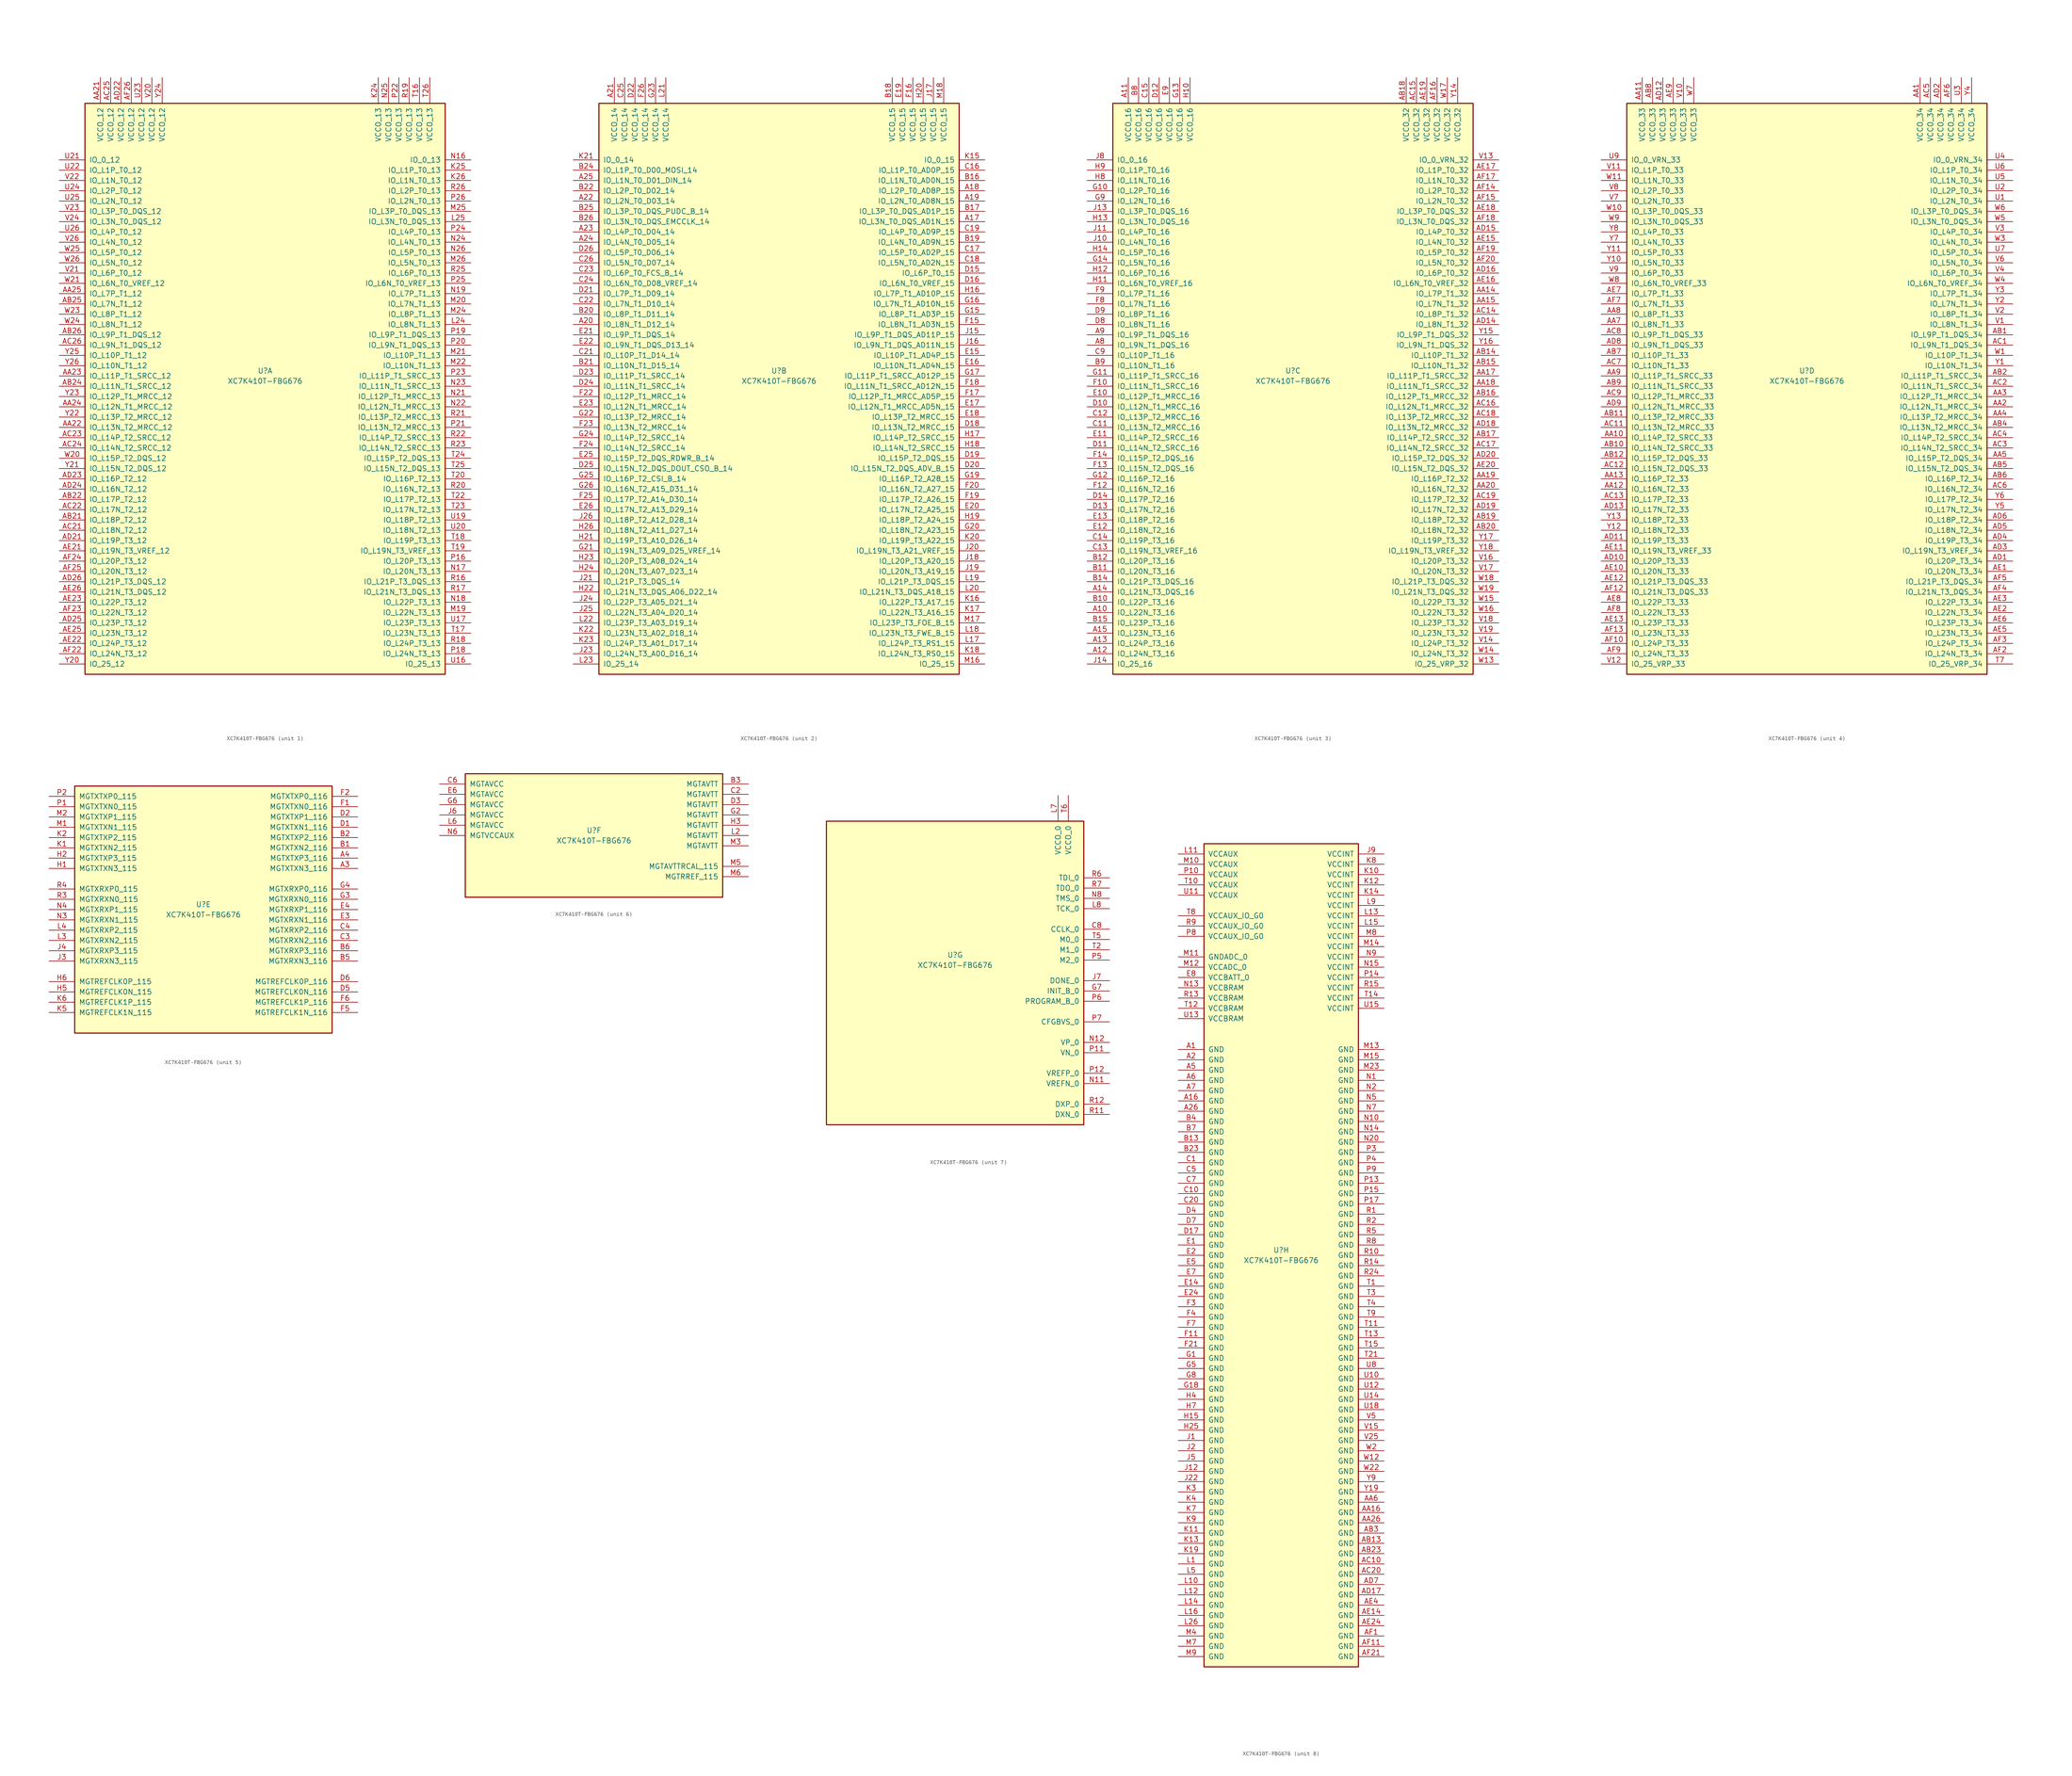
<source format=kicad_sym>
(kicad_symbol_lib
  (version 20241209)
  (generator "kicad_symbol_editor")
  (generator_version "9.0")
  (symbol "XC7K410T-FBG676"
    (pin_names
      (offset 1.016))
    (property "Reference" "U"
      (at 0 1.27 0)
      (effects (font (size 1.27 1.27))))
    (property "Value" "XC7K410T-FBG676"
      (at 0 -1.27 0)
      (effects (font (size 1.27 1.27))))
    (property "Datasheet" ""
      (at 0 0 0)
      (effects (font (size 1.27 1.27))))
    (property "ki_locked" ""
      (at 0 0 0)
      (effects (font (size 1.27 1.27))))
    (symbol "XC7K410T-FBG676_1_1"
      (rectangle (start -44.45 67.31) (end 44.45 -73.66) (stroke (width 0.254) (type default)) (fill (type background)))
      (pin bidirectional line (at -50.8 53.34 0) (length 6.35) (name "IO_0_12" (effects (font (size 1.27 1.27)))) (number "U21" (effects (font (size 1.27 1.27)))))
      (pin bidirectional line (at -50.8 50.8 0) (length 6.35) (name "IO_L1P_T0_12" (effects (font (size 1.27 1.27)))) (number "U22" (effects (font (size 1.27 1.27)))))
      (pin bidirectional line (at -50.8 48.26 0) (length 6.35) (name "IO_L1N_T0_12" (effects (font (size 1.27 1.27)))) (number "V22" (effects (font (size 1.27 1.27)))))
      (pin bidirectional line (at -50.8 45.72 0) (length 6.35) (name "IO_L2P_T0_12" (effects (font (size 1.27 1.27)))) (number "U24" (effects (font (size 1.27 1.27)))))
      (pin bidirectional line (at -50.8 43.18 0) (length 6.35) (name "IO_L2N_T0_12" (effects (font (size 1.27 1.27)))) (number "U25" (effects (font (size 1.27 1.27)))))
      (pin bidirectional line (at -50.8 40.64 0) (length 6.35) (name "IO_L3P_T0_DQS_12" (effects (font (size 1.27 1.27)))) (number "V23" (effects (font (size 1.27 1.27)))))
      (pin bidirectional line (at -50.8 38.1 0) (length 6.35) (name "IO_L3N_T0_DQS_12" (effects (font (size 1.27 1.27)))) (number "V24" (effects (font (size 1.27 1.27)))))
      (pin bidirectional line (at -50.8 35.56 0) (length 6.35) (name "IO_L4P_T0_12" (effects (font (size 1.27 1.27)))) (number "U26" (effects (font (size 1.27 1.27)))))
      (pin bidirectional line (at -50.8 33.02 0) (length 6.35) (name "IO_L4N_T0_12" (effects (font (size 1.27 1.27)))) (number "V26" (effects (font (size 1.27 1.27)))))
      (pin bidirectional line (at -50.8 30.48 0) (length 6.35) (name "IO_L5P_T0_12" (effects (font (size 1.27 1.27)))) (number "W25" (effects (font (size 1.27 1.27)))))
      (pin bidirectional line (at -50.8 27.94 0) (length 6.35) (name "IO_L5N_T0_12" (effects (font (size 1.27 1.27)))) (number "W26" (effects (font (size 1.27 1.27)))))
      (pin bidirectional line (at -50.8 25.4 0) (length 6.35) (name "IO_L6P_T0_12" (effects (font (size 1.27 1.27)))) (number "V21" (effects (font (size 1.27 1.27)))))
      (pin bidirectional line (at -50.8 22.86 0) (length 6.35) (name "IO_L6N_T0_VREF_12" (effects (font (size 1.27 1.27)))) (number "W21" (effects (font (size 1.27 1.27)))))
      (pin bidirectional line (at -50.8 20.32 0) (length 6.35) (name "IO_L7P_T1_12" (effects (font (size 1.27 1.27)))) (number "AA25" (effects (font (size 1.27 1.27)))))
      (pin bidirectional line (at -50.8 17.78 0) (length 6.35) (name "IO_L7N_T1_12" (effects (font (size 1.27 1.27)))) (number "AB25" (effects (font (size 1.27 1.27)))))
      (pin bidirectional line (at -50.8 15.24 0) (length 6.35) (name "IO_L8P_T1_12" (effects (font (size 1.27 1.27)))) (number "W23" (effects (font (size 1.27 1.27)))))
      (pin bidirectional line (at -50.8 12.7 0) (length 6.35) (name "IO_L8N_T1_12" (effects (font (size 1.27 1.27)))) (number "W24" (effects (font (size 1.27 1.27)))))
      (pin bidirectional line (at -50.8 10.16 0) (length 6.35) (name "IO_L9P_T1_DQS_12" (effects (font (size 1.27 1.27)))) (number "AB26" (effects (font (size 1.27 1.27)))))
      (pin bidirectional line (at -50.8 7.62 0) (length 6.35) (name "IO_L9N_T1_DQS_12" (effects (font (size 1.27 1.27)))) (number "AC26" (effects (font (size 1.27 1.27)))))
      (pin bidirectional line (at -50.8 5.08 0) (length 6.35) (name "IO_L10P_T1_12" (effects (font (size 1.27 1.27)))) (number "Y25" (effects (font (size 1.27 1.27)))))
      (pin bidirectional line (at -50.8 2.54 0) (length 6.35) (name "IO_L10N_T1_12" (effects (font (size 1.27 1.27)))) (number "Y26" (effects (font (size 1.27 1.27)))))
      (pin bidirectional line (at -50.8 0 0) (length 6.35) (name "IO_L11P_T1_SRCC_12" (effects (font (size 1.27 1.27)))) (number "AA23" (effects (font (size 1.27 1.27)))))
      (pin bidirectional line (at -50.8 -2.54 0) (length 6.35) (name "IO_L11N_T1_SRCC_12" (effects (font (size 1.27 1.27)))) (number "AB24" (effects (font (size 1.27 1.27)))))
      (pin bidirectional line (at -50.8 -5.08 0) (length 6.35) (name "IO_L12P_T1_MRCC_12" (effects (font (size 1.27 1.27)))) (number "Y23" (effects (font (size 1.27 1.27)))))
      (pin bidirectional line (at -50.8 -7.62 0) (length 6.35) (name "IO_L12N_T1_MRCC_12" (effects (font (size 1.27 1.27)))) (number "AA24" (effects (font (size 1.27 1.27)))))
      (pin bidirectional line (at -50.8 -10.16 0) (length 6.35) (name "IO_L13P_T2_MRCC_12" (effects (font (size 1.27 1.27)))) (number "Y22" (effects (font (size 1.27 1.27)))))
      (pin bidirectional line (at -50.8 -12.7 0) (length 6.35) (name "IO_L13N_T2_MRCC_12" (effects (font (size 1.27 1.27)))) (number "AA22" (effects (font (size 1.27 1.27)))))
      (pin bidirectional line (at -50.8 -15.24 0) (length 6.35) (name "IO_L14P_T2_SRCC_12" (effects (font (size 1.27 1.27)))) (number "AC23" (effects (font (size 1.27 1.27)))))
      (pin bidirectional line (at -50.8 -17.78 0) (length 6.35) (name "IO_L14N_T2_SRCC_12" (effects (font (size 1.27 1.27)))) (number "AC24" (effects (font (size 1.27 1.27)))))
      (pin bidirectional line (at -50.8 -20.32 0) (length 6.35) (name "IO_L15P_T2_DQS_12" (effects (font (size 1.27 1.27)))) (number "W20" (effects (font (size 1.27 1.27)))))
      (pin bidirectional line (at -50.8 -22.86 0) (length 6.35) (name "IO_L15N_T2_DQS_12" (effects (font (size 1.27 1.27)))) (number "Y21" (effects (font (size 1.27 1.27)))))
      (pin bidirectional line (at -50.8 -25.4 0) (length 6.35) (name "IO_L16P_T2_12" (effects (font (size 1.27 1.27)))) (number "AD23" (effects (font (size 1.27 1.27)))))
      (pin bidirectional line (at -50.8 -27.94 0) (length 6.35) (name "IO_L16N_T2_12" (effects (font (size 1.27 1.27)))) (number "AD24" (effects (font (size 1.27 1.27)))))
      (pin bidirectional line (at -50.8 -30.48 0) (length 6.35) (name "IO_L17P_T2_12" (effects (font (size 1.27 1.27)))) (number "AB22" (effects (font (size 1.27 1.27)))))
      (pin bidirectional line (at -50.8 -33.02 0) (length 6.35) (name "IO_L17N_T2_12" (effects (font (size 1.27 1.27)))) (number "AC22" (effects (font (size 1.27 1.27)))))
      (pin bidirectional line (at -50.8 -35.56 0) (length 6.35) (name "IO_L18P_T2_12" (effects (font (size 1.27 1.27)))) (number "AB21" (effects (font (size 1.27 1.27)))))
      (pin bidirectional line (at -50.8 -38.1 0) (length 6.35) (name "IO_L18N_T2_12" (effects (font (size 1.27 1.27)))) (number "AC21" (effects (font (size 1.27 1.27)))))
      (pin bidirectional line (at -50.8 -40.64 0) (length 6.35) (name "IO_L19P_T3_12" (effects (font (size 1.27 1.27)))) (number "AD21" (effects (font (size 1.27 1.27)))))
      (pin bidirectional line (at -50.8 -43.18 0) (length 6.35) (name "IO_L19N_T3_VREF_12" (effects (font (size 1.27 1.27)))) (number "AE21" (effects (font (size 1.27 1.27)))))
      (pin bidirectional line (at -50.8 -45.72 0) (length 6.35) (name "IO_L20P_T3_12" (effects (font (size 1.27 1.27)))) (number "AF24" (effects (font (size 1.27 1.27)))))
      (pin bidirectional line (at -50.8 -48.26 0) (length 6.35) (name "IO_L20N_T3_12" (effects (font (size 1.27 1.27)))) (number "AF25" (effects (font (size 1.27 1.27)))))
      (pin bidirectional line (at -50.8 -50.8 0) (length 6.35) (name "IO_L21P_T3_DQS_12" (effects (font (size 1.27 1.27)))) (number "AD26" (effects (font (size 1.27 1.27)))))
      (pin bidirectional line (at -50.8 -53.34 0) (length 6.35) (name "IO_L21N_T3_DQS_12" (effects (font (size 1.27 1.27)))) (number "AE26" (effects (font (size 1.27 1.27)))))
      (pin bidirectional line (at -50.8 -55.88 0) (length 6.35) (name "IO_L22P_T3_12" (effects (font (size 1.27 1.27)))) (number "AE23" (effects (font (size 1.27 1.27)))))
      (pin bidirectional line (at -50.8 -58.42 0) (length 6.35) (name "IO_L22N_T3_12" (effects (font (size 1.27 1.27)))) (number "AF23" (effects (font (size 1.27 1.27)))))
      (pin bidirectional line (at -50.8 -60.96 0) (length 6.35) (name "IO_L23P_T3_12" (effects (font (size 1.27 1.27)))) (number "AD25" (effects (font (size 1.27 1.27)))))
      (pin bidirectional line (at -50.8 -63.5 0) (length 6.35) (name "IO_L23N_T3_12" (effects (font (size 1.27 1.27)))) (number "AE25" (effects (font (size 1.27 1.27)))))
      (pin bidirectional line (at -50.8 -66.04 0) (length 6.35) (name "IO_L24P_T3_12" (effects (font (size 1.27 1.27)))) (number "AE22" (effects (font (size 1.27 1.27)))))
      (pin bidirectional line (at -50.8 -68.58 0) (length 6.35) (name "IO_L24N_T3_12" (effects (font (size 1.27 1.27)))) (number "AF22" (effects (font (size 1.27 1.27)))))
      (pin bidirectional line (at -50.8 -71.12 0) (length 6.35) (name "IO_25_12" (effects (font (size 1.27 1.27)))) (number "Y20" (effects (font (size 1.27 1.27)))))
      (pin power_in line (at -40.64 73.66 270) (length 6.35) (name "VCCO_12" (effects (font (size 1.27 1.27)))) (number "AA21" (effects (font (size 1.27 1.27)))))
      (pin power_in line (at -38.1 73.66 270) (length 6.35) (name "VCCO_12" (effects (font (size 1.27 1.27)))) (number "AC25" (effects (font (size 1.27 1.27)))))
      (pin power_in line (at -35.56 73.66 270) (length 6.35) (name "VCCO_12" (effects (font (size 1.27 1.27)))) (number "AD22" (effects (font (size 1.27 1.27)))))
      (pin power_in line (at -33.02 73.66 270) (length 6.35) (name "VCCO_12" (effects (font (size 1.27 1.27)))) (number "AF26" (effects (font (size 1.27 1.27)))))
      (pin power_in line (at -30.48 73.66 270) (length 6.35) (name "VCCO_12" (effects (font (size 1.27 1.27)))) (number "U23" (effects (font (size 1.27 1.27)))))
      (pin power_in line (at -27.94 73.66 270) (length 6.35) (name "VCCO_12" (effects (font (size 1.27 1.27)))) (number "V20" (effects (font (size 1.27 1.27)))))
      (pin power_in line (at -25.4 73.66 270) (length 6.35) (name "VCCO_12" (effects (font (size 1.27 1.27)))) (number "Y24" (effects (font (size 1.27 1.27)))))
      (pin power_in line (at 27.94 73.66 270) (length 6.35) (name "VCCO_13" (effects (font (size 1.27 1.27)))) (number "K24" (effects (font (size 1.27 1.27)))))
      (pin power_in line (at 30.48 73.66 270) (length 6.35) (name "VCCO_13" (effects (font (size 1.27 1.27)))) (number "N25" (effects (font (size 1.27 1.27)))))
      (pin power_in line (at 33.02 73.66 270) (length 6.35) (name "VCCO_13" (effects (font (size 1.27 1.27)))) (number "P22" (effects (font (size 1.27 1.27)))))
      (pin power_in line (at 35.56 73.66 270) (length 6.35) (name "VCCO_13" (effects (font (size 1.27 1.27)))) (number "R19" (effects (font (size 1.27 1.27)))))
      (pin power_in line (at 38.1 73.66 270) (length 6.35) (name "VCCO_13" (effects (font (size 1.27 1.27)))) (number "T16" (effects (font (size 1.27 1.27)))))
      (pin power_in line (at 40.64 73.66 270) (length 6.35) (name "VCCO_13" (effects (font (size 1.27 1.27)))) (number "T26" (effects (font (size 1.27 1.27)))))
      (pin bidirectional line (at 50.8 53.34 180) (length 6.35) (name "IO_0_13" (effects (font (size 1.27 1.27)))) (number "N16" (effects (font (size 1.27 1.27)))))
      (pin bidirectional line (at 50.8 50.8 180) (length 6.35) (name "IO_L1P_T0_13" (effects (font (size 1.27 1.27)))) (number "K25" (effects (font (size 1.27 1.27)))))
      (pin bidirectional line (at 50.8 48.26 180) (length 6.35) (name "IO_L1N_T0_13" (effects (font (size 1.27 1.27)))) (number "K26" (effects (font (size 1.27 1.27)))))
      (pin bidirectional line (at 50.8 45.72 180) (length 6.35) (name "IO_L2P_T0_13" (effects (font (size 1.27 1.27)))) (number "R26" (effects (font (size 1.27 1.27)))))
      (pin bidirectional line (at 50.8 43.18 180) (length 6.35) (name "IO_L2N_T0_13" (effects (font (size 1.27 1.27)))) (number "P26" (effects (font (size 1.27 1.27)))))
      (pin bidirectional line (at 50.8 40.64 180) (length 6.35) (name "IO_L3P_T0_DQS_13" (effects (font (size 1.27 1.27)))) (number "M25" (effects (font (size 1.27 1.27)))))
      (pin bidirectional line (at 50.8 38.1 180) (length 6.35) (name "IO_L3N_T0_DQS_13" (effects (font (size 1.27 1.27)))) (number "L25" (effects (font (size 1.27 1.27)))))
      (pin bidirectional line (at 50.8 35.56 180) (length 6.35) (name "IO_L4P_T0_13" (effects (font (size 1.27 1.27)))) (number "P24" (effects (font (size 1.27 1.27)))))
      (pin bidirectional line (at 50.8 33.02 180) (length 6.35) (name "IO_L4N_T0_13" (effects (font (size 1.27 1.27)))) (number "N24" (effects (font (size 1.27 1.27)))))
      (pin bidirectional line (at 50.8 30.48 180) (length 6.35) (name "IO_L5P_T0_13" (effects (font (size 1.27 1.27)))) (number "N26" (effects (font (size 1.27 1.27)))))
      (pin bidirectional line (at 50.8 27.94 180) (length 6.35) (name "IO_L5N_T0_13" (effects (font (size 1.27 1.27)))) (number "M26" (effects (font (size 1.27 1.27)))))
      (pin bidirectional line (at 50.8 25.4 180) (length 6.35) (name "IO_L6P_T0_13" (effects (font (size 1.27 1.27)))) (number "R25" (effects (font (size 1.27 1.27)))))
      (pin bidirectional line (at 50.8 22.86 180) (length 6.35) (name "IO_L6N_T0_VREF_13" (effects (font (size 1.27 1.27)))) (number "P25" (effects (font (size 1.27 1.27)))))
      (pin bidirectional line (at 50.8 20.32 180) (length 6.35) (name "IO_L7P_T1_13" (effects (font (size 1.27 1.27)))) (number "N19" (effects (font (size 1.27 1.27)))))
      (pin bidirectional line (at 50.8 17.78 180) (length 6.35) (name "IO_L7N_T1_13" (effects (font (size 1.27 1.27)))) (number "M20" (effects (font (size 1.27 1.27)))))
      (pin bidirectional line (at 50.8 15.24 180) (length 6.35) (name "IO_L8P_T1_13" (effects (font (size 1.27 1.27)))) (number "M24" (effects (font (size 1.27 1.27)))))
      (pin bidirectional line (at 50.8 12.7 180) (length 6.35) (name "IO_L8N_T1_13" (effects (font (size 1.27 1.27)))) (number "L24" (effects (font (size 1.27 1.27)))))
      (pin bidirectional line (at 50.8 10.16 180) (length 6.35) (name "IO_L9P_T1_DQS_13" (effects (font (size 1.27 1.27)))) (number "P19" (effects (font (size 1.27 1.27)))))
      (pin bidirectional line (at 50.8 7.62 180) (length 6.35) (name "IO_L9N_T1_DQS_13" (effects (font (size 1.27 1.27)))) (number "P20" (effects (font (size 1.27 1.27)))))
      (pin bidirectional line (at 50.8 5.08 180) (length 6.35) (name "IO_L10P_T1_13" (effects (font (size 1.27 1.27)))) (number "M21" (effects (font (size 1.27 1.27)))))
      (pin bidirectional line (at 50.8 2.54 180) (length 6.35) (name "IO_L10N_T1_13" (effects (font (size 1.27 1.27)))) (number "M22" (effects (font (size 1.27 1.27)))))
      (pin bidirectional line (at 50.8 0 180) (length 6.35) (name "IO_L11P_T1_SRCC_13" (effects (font (size 1.27 1.27)))) (number "P23" (effects (font (size 1.27 1.27)))))
      (pin bidirectional line (at 50.8 -2.54 180) (length 6.35) (name "IO_L11N_T1_SRCC_13" (effects (font (size 1.27 1.27)))) (number "N23" (effects (font (size 1.27 1.27)))))
      (pin bidirectional line (at 50.8 -5.08 180) (length 6.35) (name "IO_L12P_T1_MRCC_13" (effects (font (size 1.27 1.27)))) (number "N21" (effects (font (size 1.27 1.27)))))
      (pin bidirectional line (at 50.8 -7.62 180) (length 6.35) (name "IO_L12N_T1_MRCC_13" (effects (font (size 1.27 1.27)))) (number "N22" (effects (font (size 1.27 1.27)))))
      (pin bidirectional line (at 50.8 -10.16 180) (length 6.35) (name "IO_L13P_T2_MRCC_13" (effects (font (size 1.27 1.27)))) (number "R21" (effects (font (size 1.27 1.27)))))
      (pin bidirectional line (at 50.8 -12.7 180) (length 6.35) (name "IO_L13N_T2_MRCC_13" (effects (font (size 1.27 1.27)))) (number "P21" (effects (font (size 1.27 1.27)))))
      (pin bidirectional line (at 50.8 -15.24 180) (length 6.35) (name "IO_L14P_T2_SRCC_13" (effects (font (size 1.27 1.27)))) (number "R22" (effects (font (size 1.27 1.27)))))
      (pin bidirectional line (at 50.8 -17.78 180) (length 6.35) (name "IO_L14N_T2_SRCC_13" (effects (font (size 1.27 1.27)))) (number "R23" (effects (font (size 1.27 1.27)))))
      (pin bidirectional line (at 50.8 -20.32 180) (length 6.35) (name "IO_L15P_T2_DQS_13" (effects (font (size 1.27 1.27)))) (number "T24" (effects (font (size 1.27 1.27)))))
      (pin bidirectional line (at 50.8 -22.86 180) (length 6.35) (name "IO_L15N_T2_DQS_13" (effects (font (size 1.27 1.27)))) (number "T25" (effects (font (size 1.27 1.27)))))
      (pin bidirectional line (at 50.8 -25.4 180) (length 6.35) (name "IO_L16P_T2_13" (effects (font (size 1.27 1.27)))) (number "T20" (effects (font (size 1.27 1.27)))))
      (pin bidirectional line (at 50.8 -27.94 180) (length 6.35) (name "IO_L16N_T2_13" (effects (font (size 1.27 1.27)))) (number "R20" (effects (font (size 1.27 1.27)))))
      (pin bidirectional line (at 50.8 -30.48 180) (length 6.35) (name "IO_L17P_T2_13" (effects (font (size 1.27 1.27)))) (number "T22" (effects (font (size 1.27 1.27)))))
      (pin bidirectional line (at 50.8 -33.02 180) (length 6.35) (name "IO_L17N_T2_13" (effects (font (size 1.27 1.27)))) (number "T23" (effects (font (size 1.27 1.27)))))
      (pin bidirectional line (at 50.8 -35.56 180) (length 6.35) (name "IO_L18P_T2_13" (effects (font (size 1.27 1.27)))) (number "U19" (effects (font (size 1.27 1.27)))))
      (pin bidirectional line (at 50.8 -38.1 180) (length 6.35) (name "IO_L18N_T2_13" (effects (font (size 1.27 1.27)))) (number "U20" (effects (font (size 1.27 1.27)))))
      (pin bidirectional line (at 50.8 -40.64 180) (length 6.35) (name "IO_L19P_T3_13" (effects (font (size 1.27 1.27)))) (number "T18" (effects (font (size 1.27 1.27)))))
      (pin bidirectional line (at 50.8 -43.18 180) (length 6.35) (name "IO_L19N_T3_VREF_13" (effects (font (size 1.27 1.27)))) (number "T19" (effects (font (size 1.27 1.27)))))
      (pin bidirectional line (at 50.8 -45.72 180) (length 6.35) (name "IO_L20P_T3_13" (effects (font (size 1.27 1.27)))) (number "P16" (effects (font (size 1.27 1.27)))))
      (pin bidirectional line (at 50.8 -48.26 180) (length 6.35) (name "IO_L20N_T3_13" (effects (font (size 1.27 1.27)))) (number "N17" (effects (font (size 1.27 1.27)))))
      (pin bidirectional line (at 50.8 -50.8 180) (length 6.35) (name "IO_L21P_T3_DQS_13" (effects (font (size 1.27 1.27)))) (number "R16" (effects (font (size 1.27 1.27)))))
      (pin bidirectional line (at 50.8 -53.34 180) (length 6.35) (name "IO_L21N_T3_DQS_13" (effects (font (size 1.27 1.27)))) (number "R17" (effects (font (size 1.27 1.27)))))
      (pin bidirectional line (at 50.8 -55.88 180) (length 6.35) (name "IO_L22P_T3_13" (effects (font (size 1.27 1.27)))) (number "N18" (effects (font (size 1.27 1.27)))))
      (pin bidirectional line (at 50.8 -58.42 180) (length 6.35) (name "IO_L22N_T3_13" (effects (font (size 1.27 1.27)))) (number "M19" (effects (font (size 1.27 1.27)))))
      (pin bidirectional line (at 50.8 -60.96 180) (length 6.35) (name "IO_L23P_T3_13" (effects (font (size 1.27 1.27)))) (number "U17" (effects (font (size 1.27 1.27)))))
      (pin bidirectional line (at 50.8 -63.5 180) (length 6.35) (name "IO_L23N_T3_13" (effects (font (size 1.27 1.27)))) (number "T17" (effects (font (size 1.27 1.27)))))
      (pin bidirectional line (at 50.8 -66.04 180) (length 6.35) (name "IO_L24P_T3_13" (effects (font (size 1.27 1.27)))) (number "R18" (effects (font (size 1.27 1.27)))))
      (pin bidirectional line (at 50.8 -68.58 180) (length 6.35) (name "IO_L24N_T3_13" (effects (font (size 1.27 1.27)))) (number "P18" (effects (font (size 1.27 1.27)))))
      (pin bidirectional line (at 50.8 -71.12 180) (length 6.35) (name "IO_25_13" (effects (font (size 1.27 1.27)))) (number "U16" (effects (font (size 1.27 1.27))))))
    (symbol "XC7K410T-FBG676_2_1"
      (rectangle (start -44.45 67.31) (end 44.45 -73.66) (stroke (width 0.254) (type default)) (fill (type background)))
      (pin bidirectional line (at -50.8 53.34 0) (length 6.35) (name "IO_0_14" (effects (font (size 1.27 1.27)))) (number "K21" (effects (font (size 1.27 1.27)))))
      (pin bidirectional line (at -50.8 50.8 0) (length 6.35) (name "IO_L1P_T0_D00_MOSI_14" (effects (font (size 1.27 1.27)))) (number "B24" (effects (font (size 1.27 1.27)))))
      (pin bidirectional line (at -50.8 48.26 0) (length 6.35) (name "IO_L1N_T0_D01_DIN_14" (effects (font (size 1.27 1.27)))) (number "A25" (effects (font (size 1.27 1.27)))))
      (pin bidirectional line (at -50.8 45.72 0) (length 6.35) (name "IO_L2P_T0_D02_14" (effects (font (size 1.27 1.27)))) (number "B22" (effects (font (size 1.27 1.27)))))
      (pin bidirectional line (at -50.8 43.18 0) (length 6.35) (name "IO_L2N_T0_D03_14" (effects (font (size 1.27 1.27)))) (number "A22" (effects (font (size 1.27 1.27)))))
      (pin bidirectional line (at -50.8 40.64 0) (length 6.35) (name "IO_L3P_T0_DQS_PUDC_B_14" (effects (font (size 1.27 1.27)))) (number "B25" (effects (font (size 1.27 1.27)))))
      (pin bidirectional line (at -50.8 38.1 0) (length 6.35) (name "IO_L3N_T0_DQS_EMCCLK_14" (effects (font (size 1.27 1.27)))) (number "B26" (effects (font (size 1.27 1.27)))))
      (pin bidirectional line (at -50.8 35.56 0) (length 6.35) (name "IO_L4P_T0_D04_14" (effects (font (size 1.27 1.27)))) (number "A23" (effects (font (size 1.27 1.27)))))
      (pin bidirectional line (at -50.8 33.02 0) (length 6.35) (name "IO_L4N_T0_D05_14" (effects (font (size 1.27 1.27)))) (number "A24" (effects (font (size 1.27 1.27)))))
      (pin bidirectional line (at -50.8 30.48 0) (length 6.35) (name "IO_L5P_T0_D06_14" (effects (font (size 1.27 1.27)))) (number "D26" (effects (font (size 1.27 1.27)))))
      (pin bidirectional line (at -50.8 27.94 0) (length 6.35) (name "IO_L5N_T0_D07_14" (effects (font (size 1.27 1.27)))) (number "C26" (effects (font (size 1.27 1.27)))))
      (pin bidirectional line (at -50.8 25.4 0) (length 6.35) (name "IO_L6P_T0_FCS_B_14" (effects (font (size 1.27 1.27)))) (number "C23" (effects (font (size 1.27 1.27)))))
      (pin bidirectional line (at -50.8 22.86 0) (length 6.35) (name "IO_L6N_T0_D08_VREF_14" (effects (font (size 1.27 1.27)))) (number "C24" (effects (font (size 1.27 1.27)))))
      (pin bidirectional line (at -50.8 20.32 0) (length 6.35) (name "IO_L7P_T1_D09_14" (effects (font (size 1.27 1.27)))) (number "D21" (effects (font (size 1.27 1.27)))))
      (pin bidirectional line (at -50.8 17.78 0) (length 6.35) (name "IO_L7N_T1_D10_14" (effects (font (size 1.27 1.27)))) (number "C22" (effects (font (size 1.27 1.27)))))
      (pin bidirectional line (at -50.8 15.24 0) (length 6.35) (name "IO_L8P_T1_D11_14" (effects (font (size 1.27 1.27)))) (number "B20" (effects (font (size 1.27 1.27)))))
      (pin bidirectional line (at -50.8 12.7 0) (length 6.35) (name "IO_L8N_T1_D12_14" (effects (font (size 1.27 1.27)))) (number "A20" (effects (font (size 1.27 1.27)))))
      (pin bidirectional line (at -50.8 10.16 0) (length 6.35) (name "IO_L9P_T1_DQS_14" (effects (font (size 1.27 1.27)))) (number "E21" (effects (font (size 1.27 1.27)))))
      (pin bidirectional line (at -50.8 7.62 0) (length 6.35) (name "IO_L9N_T1_DQS_D13_14" (effects (font (size 1.27 1.27)))) (number "E22" (effects (font (size 1.27 1.27)))))
      (pin bidirectional line (at -50.8 5.08 0) (length 6.35) (name "IO_L10P_T1_D14_14" (effects (font (size 1.27 1.27)))) (number "C21" (effects (font (size 1.27 1.27)))))
      (pin bidirectional line (at -50.8 2.54 0) (length 6.35) (name "IO_L10N_T1_D15_14" (effects (font (size 1.27 1.27)))) (number "B21" (effects (font (size 1.27 1.27)))))
      (pin bidirectional line (at -50.8 0 0) (length 6.35) (name "IO_L11P_T1_SRCC_14" (effects (font (size 1.27 1.27)))) (number "D23" (effects (font (size 1.27 1.27)))))
      (pin bidirectional line (at -50.8 -2.54 0) (length 6.35) (name "IO_L11N_T1_SRCC_14" (effects (font (size 1.27 1.27)))) (number "D24" (effects (font (size 1.27 1.27)))))
      (pin bidirectional line (at -50.8 -5.08 0) (length 6.35) (name "IO_L12P_T1_MRCC_14" (effects (font (size 1.27 1.27)))) (number "F22" (effects (font (size 1.27 1.27)))))
      (pin bidirectional line (at -50.8 -7.62 0) (length 6.35) (name "IO_L12N_T1_MRCC_14" (effects (font (size 1.27 1.27)))) (number "E23" (effects (font (size 1.27 1.27)))))
      (pin bidirectional line (at -50.8 -10.16 0) (length 6.35) (name "IO_L13P_T2_MRCC_14" (effects (font (size 1.27 1.27)))) (number "G22" (effects (font (size 1.27 1.27)))))
      (pin bidirectional line (at -50.8 -12.7 0) (length 6.35) (name "IO_L13N_T2_MRCC_14" (effects (font (size 1.27 1.27)))) (number "F23" (effects (font (size 1.27 1.27)))))
      (pin bidirectional line (at -50.8 -15.24 0) (length 6.35) (name "IO_L14P_T2_SRCC_14" (effects (font (size 1.27 1.27)))) (number "G24" (effects (font (size 1.27 1.27)))))
      (pin bidirectional line (at -50.8 -17.78 0) (length 6.35) (name "IO_L14N_T2_SRCC_14" (effects (font (size 1.27 1.27)))) (number "F24" (effects (font (size 1.27 1.27)))))
      (pin bidirectional line (at -50.8 -20.32 0) (length 6.35) (name "IO_L15P_T2_DQS_RDWR_B_14" (effects (font (size 1.27 1.27)))) (number "E25" (effects (font (size 1.27 1.27)))))
      (pin bidirectional line (at -50.8 -22.86 0) (length 6.35) (name "IO_L15N_T2_DQS_DOUT_CSO_B_14" (effects (font (size 1.27 1.27)))) (number "D25" (effects (font (size 1.27 1.27)))))
      (pin bidirectional line (at -50.8 -25.4 0) (length 6.35) (name "IO_L16P_T2_CSI_B_14" (effects (font (size 1.27 1.27)))) (number "G25" (effects (font (size 1.27 1.27)))))
      (pin bidirectional line (at -50.8 -27.94 0) (length 6.35) (name "IO_L16N_T2_A15_D31_14" (effects (font (size 1.27 1.27)))) (number "G26" (effects (font (size 1.27 1.27)))))
      (pin bidirectional line (at -50.8 -30.48 0) (length 6.35) (name "IO_L17P_T2_A14_D30_14" (effects (font (size 1.27 1.27)))) (number "F25" (effects (font (size 1.27 1.27)))))
      (pin bidirectional line (at -50.8 -33.02 0) (length 6.35) (name "IO_L17N_T2_A13_D29_14" (effects (font (size 1.27 1.27)))) (number "E26" (effects (font (size 1.27 1.27)))))
      (pin bidirectional line (at -50.8 -35.56 0) (length 6.35) (name "IO_L18P_T2_A12_D28_14" (effects (font (size 1.27 1.27)))) (number "J26" (effects (font (size 1.27 1.27)))))
      (pin bidirectional line (at -50.8 -38.1 0) (length 6.35) (name "IO_L18N_T2_A11_D27_14" (effects (font (size 1.27 1.27)))) (number "H26" (effects (font (size 1.27 1.27)))))
      (pin bidirectional line (at -50.8 -40.64 0) (length 6.35) (name "IO_L19P_T3_A10_D26_14" (effects (font (size 1.27 1.27)))) (number "H21" (effects (font (size 1.27 1.27)))))
      (pin bidirectional line (at -50.8 -43.18 0) (length 6.35) (name "IO_L19N_T3_A09_D25_VREF_14" (effects (font (size 1.27 1.27)))) (number "G21" (effects (font (size 1.27 1.27)))))
      (pin bidirectional line (at -50.8 -45.72 0) (length 6.35) (name "IO_L20P_T3_A08_D24_14" (effects (font (size 1.27 1.27)))) (number "H23" (effects (font (size 1.27 1.27)))))
      (pin bidirectional line (at -50.8 -48.26 0) (length 6.35) (name "IO_L20N_T3_A07_D23_14" (effects (font (size 1.27 1.27)))) (number "H24" (effects (font (size 1.27 1.27)))))
      (pin bidirectional line (at -50.8 -50.8 0) (length 6.35) (name "IO_L21P_T3_DQS_14" (effects (font (size 1.27 1.27)))) (number "J21" (effects (font (size 1.27 1.27)))))
      (pin bidirectional line (at -50.8 -53.34 0) (length 6.35) (name "IO_L21N_T3_DQS_A06_D22_14" (effects (font (size 1.27 1.27)))) (number "H22" (effects (font (size 1.27 1.27)))))
      (pin bidirectional line (at -50.8 -55.88 0) (length 6.35) (name "IO_L22P_T3_A05_D21_14" (effects (font (size 1.27 1.27)))) (number "J24" (effects (font (size 1.27 1.27)))))
      (pin bidirectional line (at -50.8 -58.42 0) (length 6.35) (name "IO_L22N_T3_A04_D20_14" (effects (font (size 1.27 1.27)))) (number "J25" (effects (font (size 1.27 1.27)))))
      (pin bidirectional line (at -50.8 -60.96 0) (length 6.35) (name "IO_L23P_T3_A03_D19_14" (effects (font (size 1.27 1.27)))) (number "L22" (effects (font (size 1.27 1.27)))))
      (pin bidirectional line (at -50.8 -63.5 0) (length 6.35) (name "IO_L23N_T3_A02_D18_14" (effects (font (size 1.27 1.27)))) (number "K22" (effects (font (size 1.27 1.27)))))
      (pin bidirectional line (at -50.8 -66.04 0) (length 6.35) (name "IO_L24P_T3_A01_D17_14" (effects (font (size 1.27 1.27)))) (number "K23" (effects (font (size 1.27 1.27)))))
      (pin bidirectional line (at -50.8 -68.58 0) (length 6.35) (name "IO_L24N_T3_A00_D16_14" (effects (font (size 1.27 1.27)))) (number "J23" (effects (font (size 1.27 1.27)))))
      (pin bidirectional line (at -50.8 -71.12 0) (length 6.35) (name "IO_25_14" (effects (font (size 1.27 1.27)))) (number "L23" (effects (font (size 1.27 1.27)))))
      (pin power_in line (at -40.64 73.66 270) (length 6.35) (name "VCCO_14" (effects (font (size 1.27 1.27)))) (number "A21" (effects (font (size 1.27 1.27)))))
      (pin power_in line (at -38.1 73.66 270) (length 6.35) (name "VCCO_14" (effects (font (size 1.27 1.27)))) (number "C25" (effects (font (size 1.27 1.27)))))
      (pin power_in line (at -35.56 73.66 270) (length 6.35) (name "VCCO_14" (effects (font (size 1.27 1.27)))) (number "D22" (effects (font (size 1.27 1.27)))))
      (pin power_in line (at -33.02 73.66 270) (length 6.35) (name "VCCO_14" (effects (font (size 1.27 1.27)))) (number "F26" (effects (font (size 1.27 1.27)))))
      (pin power_in line (at -30.48 73.66 270) (length 6.35) (name "VCCO_14" (effects (font (size 1.27 1.27)))) (number "G23" (effects (font (size 1.27 1.27)))))
      (pin power_in line (at -27.94 73.66 270) (length 6.35) (name "VCCO_14" (effects (font (size 1.27 1.27)))) (number "L21" (effects (font (size 1.27 1.27)))))
      (pin power_in line (at 27.94 73.66 270) (length 6.35) (name "VCCO_15" (effects (font (size 1.27 1.27)))) (number "B18" (effects (font (size 1.27 1.27)))))
      (pin power_in line (at 30.48 73.66 270) (length 6.35) (name "VCCO_15" (effects (font (size 1.27 1.27)))) (number "E19" (effects (font (size 1.27 1.27)))))
      (pin power_in line (at 33.02 73.66 270) (length 6.35) (name "VCCO_15" (effects (font (size 1.27 1.27)))) (number "F16" (effects (font (size 1.27 1.27)))))
      (pin power_in line (at 35.56 73.66 270) (length 6.35) (name "VCCO_15" (effects (font (size 1.27 1.27)))) (number "H20" (effects (font (size 1.27 1.27)))))
      (pin power_in line (at 38.1 73.66 270) (length 6.35) (name "VCCO_15" (effects (font (size 1.27 1.27)))) (number "J17" (effects (font (size 1.27 1.27)))))
      (pin power_in line (at 40.64 73.66 270) (length 6.35) (name "VCCO_15" (effects (font (size 1.27 1.27)))) (number "M18" (effects (font (size 1.27 1.27)))))
      (pin bidirectional line (at 50.8 53.34 180) (length 6.35) (name "IO_0_15" (effects (font (size 1.27 1.27)))) (number "K15" (effects (font (size 1.27 1.27)))))
      (pin bidirectional line (at 50.8 50.8 180) (length 6.35) (name "IO_L1P_T0_AD0P_15" (effects (font (size 1.27 1.27)))) (number "C16" (effects (font (size 1.27 1.27)))))
      (pin bidirectional line (at 50.8 48.26 180) (length 6.35) (name "IO_L1N_T0_AD0N_15" (effects (font (size 1.27 1.27)))) (number "B16" (effects (font (size 1.27 1.27)))))
      (pin bidirectional line (at 50.8 45.72 180) (length 6.35) (name "IO_L2P_T0_AD8P_15" (effects (font (size 1.27 1.27)))) (number "A18" (effects (font (size 1.27 1.27)))))
      (pin bidirectional line (at 50.8 43.18 180) (length 6.35) (name "IO_L2N_T0_AD8N_15" (effects (font (size 1.27 1.27)))) (number "A19" (effects (font (size 1.27 1.27)))))
      (pin bidirectional line (at 50.8 40.64 180) (length 6.35) (name "IO_L3P_T0_DQS_AD1P_15" (effects (font (size 1.27 1.27)))) (number "B17" (effects (font (size 1.27 1.27)))))
      (pin bidirectional line (at 50.8 38.1 180) (length 6.35) (name "IO_L3N_T0_DQS_AD1N_15" (effects (font (size 1.27 1.27)))) (number "A17" (effects (font (size 1.27 1.27)))))
      (pin bidirectional line (at 50.8 35.56 180) (length 6.35) (name "IO_L4P_T0_AD9P_15" (effects (font (size 1.27 1.27)))) (number "C19" (effects (font (size 1.27 1.27)))))
      (pin bidirectional line (at 50.8 33.02 180) (length 6.35) (name "IO_L4N_T0_AD9N_15" (effects (font (size 1.27 1.27)))) (number "B19" (effects (font (size 1.27 1.27)))))
      (pin bidirectional line (at 50.8 30.48 180) (length 6.35) (name "IO_L5P_T0_AD2P_15" (effects (font (size 1.27 1.27)))) (number "C17" (effects (font (size 1.27 1.27)))))
      (pin bidirectional line (at 50.8 27.94 180) (length 6.35) (name "IO_L5N_T0_AD2N_15" (effects (font (size 1.27 1.27)))) (number "C18" (effects (font (size 1.27 1.27)))))
      (pin bidirectional line (at 50.8 25.4 180) (length 6.35) (name "IO_L6P_T0_15" (effects (font (size 1.27 1.27)))) (number "D15" (effects (font (size 1.27 1.27)))))
      (pin bidirectional line (at 50.8 22.86 180) (length 6.35) (name "IO_L6N_T0_VREF_15" (effects (font (size 1.27 1.27)))) (number "D16" (effects (font (size 1.27 1.27)))))
      (pin bidirectional line (at 50.8 20.32 180) (length 6.35) (name "IO_L7P_T1_AD10P_15" (effects (font (size 1.27 1.27)))) (number "H16" (effects (font (size 1.27 1.27)))))
      (pin bidirectional line (at 50.8 17.78 180) (length 6.35) (name "IO_L7N_T1_AD10N_15" (effects (font (size 1.27 1.27)))) (number "G16" (effects (font (size 1.27 1.27)))))
      (pin bidirectional line (at 50.8 15.24 180) (length 6.35) (name "IO_L8P_T1_AD3P_15" (effects (font (size 1.27 1.27)))) (number "G15" (effects (font (size 1.27 1.27)))))
      (pin bidirectional line (at 50.8 12.7 180) (length 6.35) (name "IO_L8N_T1_AD3N_15" (effects (font (size 1.27 1.27)))) (number "F15" (effects (font (size 1.27 1.27)))))
      (pin bidirectional line (at 50.8 10.16 180) (length 6.35) (name "IO_L9P_T1_DQS_AD11P_15" (effects (font (size 1.27 1.27)))) (number "J15" (effects (font (size 1.27 1.27)))))
      (pin bidirectional line (at 50.8 7.62 180) (length 6.35) (name "IO_L9N_T1_DQS_AD11N_15" (effects (font (size 1.27 1.27)))) (number "J16" (effects (font (size 1.27 1.27)))))
      (pin bidirectional line (at 50.8 5.08 180) (length 6.35) (name "IO_L10P_T1_AD4P_15" (effects (font (size 1.27 1.27)))) (number "E15" (effects (font (size 1.27 1.27)))))
      (pin bidirectional line (at 50.8 2.54 180) (length 6.35) (name "IO_L10N_T1_AD4N_15" (effects (font (size 1.27 1.27)))) (number "E16" (effects (font (size 1.27 1.27)))))
      (pin bidirectional line (at 50.8 0 180) (length 6.35) (name "IO_L11P_T1_SRCC_AD12P_15" (effects (font (size 1.27 1.27)))) (number "G17" (effects (font (size 1.27 1.27)))))
      (pin bidirectional line (at 50.8 -2.54 180) (length 6.35) (name "IO_L11N_T1_SRCC_AD12N_15" (effects (font (size 1.27 1.27)))) (number "F18" (effects (font (size 1.27 1.27)))))
      (pin bidirectional line (at 50.8 -5.08 180) (length 6.35) (name "IO_L12P_T1_MRCC_AD5P_15" (effects (font (size 1.27 1.27)))) (number "F17" (effects (font (size 1.27 1.27)))))
      (pin bidirectional line (at 50.8 -7.62 180) (length 6.35) (name "IO_L12N_T1_MRCC_AD5N_15" (effects (font (size 1.27 1.27)))) (number "E17" (effects (font (size 1.27 1.27)))))
      (pin bidirectional line (at 50.8 -10.16 180) (length 6.35) (name "IO_L13P_T2_MRCC_15" (effects (font (size 1.27 1.27)))) (number "E18" (effects (font (size 1.27 1.27)))))
      (pin bidirectional line (at 50.8 -12.7 180) (length 6.35) (name "IO_L13N_T2_MRCC_15" (effects (font (size 1.27 1.27)))) (number "D18" (effects (font (size 1.27 1.27)))))
      (pin bidirectional line (at 50.8 -15.24 180) (length 6.35) (name "IO_L14P_T2_SRCC_15" (effects (font (size 1.27 1.27)))) (number "H17" (effects (font (size 1.27 1.27)))))
      (pin bidirectional line (at 50.8 -17.78 180) (length 6.35) (name "IO_L14N_T2_SRCC_15" (effects (font (size 1.27 1.27)))) (number "H18" (effects (font (size 1.27 1.27)))))
      (pin bidirectional line (at 50.8 -20.32 180) (length 6.35) (name "IO_L15P_T2_DQS_15" (effects (font (size 1.27 1.27)))) (number "D19" (effects (font (size 1.27 1.27)))))
      (pin bidirectional line (at 50.8 -22.86 180) (length 6.35) (name "IO_L15N_T2_DQS_ADV_B_15" (effects (font (size 1.27 1.27)))) (number "D20" (effects (font (size 1.27 1.27)))))
      (pin bidirectional line (at 50.8 -25.4 180) (length 6.35) (name "IO_L16P_T2_A28_15" (effects (font (size 1.27 1.27)))) (number "G19" (effects (font (size 1.27 1.27)))))
      (pin bidirectional line (at 50.8 -27.94 180) (length 6.35) (name "IO_L16N_T2_A27_15" (effects (font (size 1.27 1.27)))) (number "F20" (effects (font (size 1.27 1.27)))))
      (pin bidirectional line (at 50.8 -30.48 180) (length 6.35) (name "IO_L17P_T2_A26_15" (effects (font (size 1.27 1.27)))) (number "F19" (effects (font (size 1.27 1.27)))))
      (pin bidirectional line (at 50.8 -33.02 180) (length 6.35) (name "IO_L17N_T2_A25_15" (effects (font (size 1.27 1.27)))) (number "E20" (effects (font (size 1.27 1.27)))))
      (pin bidirectional line (at 50.8 -35.56 180) (length 6.35) (name "IO_L18P_T2_A24_15" (effects (font (size 1.27 1.27)))) (number "H19" (effects (font (size 1.27 1.27)))))
      (pin bidirectional line (at 50.8 -38.1 180) (length 6.35) (name "IO_L18N_T2_A23_15" (effects (font (size 1.27 1.27)))) (number "G20" (effects (font (size 1.27 1.27)))))
      (pin bidirectional line (at 50.8 -40.64 180) (length 6.35) (name "IO_L19P_T3_A22_15" (effects (font (size 1.27 1.27)))) (number "K20" (effects (font (size 1.27 1.27)))))
      (pin bidirectional line (at 50.8 -43.18 180) (length 6.35) (name "IO_L19N_T3_A21_VREF_15" (effects (font (size 1.27 1.27)))) (number "J20" (effects (font (size 1.27 1.27)))))
      (pin bidirectional line (at 50.8 -45.72 180) (length 6.35) (name "IO_L20P_T3_A20_15" (effects (font (size 1.27 1.27)))) (number "J18" (effects (font (size 1.27 1.27)))))
      (pin bidirectional line (at 50.8 -48.26 180) (length 6.35) (name "IO_L20N_T3_A19_15" (effects (font (size 1.27 1.27)))) (number "J19" (effects (font (size 1.27 1.27)))))
      (pin bidirectional line (at 50.8 -50.8 180) (length 6.35) (name "IO_L21P_T3_DQS_15" (effects (font (size 1.27 1.27)))) (number "L19" (effects (font (size 1.27 1.27)))))
      (pin bidirectional line (at 50.8 -53.34 180) (length 6.35) (name "IO_L21N_T3_DQS_A18_15" (effects (font (size 1.27 1.27)))) (number "L20" (effects (font (size 1.27 1.27)))))
      (pin bidirectional line (at 50.8 -55.88 180) (length 6.35) (name "IO_L22P_T3_A17_15" (effects (font (size 1.27 1.27)))) (number "K16" (effects (font (size 1.27 1.27)))))
      (pin bidirectional line (at 50.8 -58.42 180) (length 6.35) (name "IO_L22N_T3_A16_15" (effects (font (size 1.27 1.27)))) (number "K17" (effects (font (size 1.27 1.27)))))
      (pin bidirectional line (at 50.8 -60.96 180) (length 6.35) (name "IO_L23P_T3_FOE_B_15" (effects (font (size 1.27 1.27)))) (number "M17" (effects (font (size 1.27 1.27)))))
      (pin bidirectional line (at 50.8 -63.5 180) (length 6.35) (name "IO_L23N_T3_FWE_B_15" (effects (font (size 1.27 1.27)))) (number "L18" (effects (font (size 1.27 1.27)))))
      (pin bidirectional line (at 50.8 -66.04 180) (length 6.35) (name "IO_L24P_T3_RS1_15" (effects (font (size 1.27 1.27)))) (number "L17" (effects (font (size 1.27 1.27)))))
      (pin bidirectional line (at 50.8 -68.58 180) (length 6.35) (name "IO_L24N_T3_RS0_15" (effects (font (size 1.27 1.27)))) (number "K18" (effects (font (size 1.27 1.27)))))
      (pin bidirectional line (at 50.8 -71.12 180) (length 6.35) (name "IO_25_15" (effects (font (size 1.27 1.27)))) (number "M16" (effects (font (size 1.27 1.27))))))
    (symbol "XC7K410T-FBG676_3_1"
      (rectangle (start -44.45 67.31) (end 44.45 -73.66) (stroke (width 0.254) (type default)) (fill (type background)))
      (pin bidirectional line (at -50.8 53.34 0) (length 6.35) (name "IO_0_16" (effects (font (size 1.27 1.27)))) (number "J8" (effects (font (size 1.27 1.27)))))
      (pin bidirectional line (at -50.8 50.8 0) (length 6.35) (name "IO_L1P_T0_16" (effects (font (size 1.27 1.27)))) (number "H9" (effects (font (size 1.27 1.27)))))
      (pin bidirectional line (at -50.8 48.26 0) (length 6.35) (name "IO_L1N_T0_16" (effects (font (size 1.27 1.27)))) (number "H8" (effects (font (size 1.27 1.27)))))
      (pin bidirectional line (at -50.8 45.72 0) (length 6.35) (name "IO_L2P_T0_16" (effects (font (size 1.27 1.27)))) (number "G10" (effects (font (size 1.27 1.27)))))
      (pin bidirectional line (at -50.8 43.18 0) (length 6.35) (name "IO_L2N_T0_16" (effects (font (size 1.27 1.27)))) (number "G9" (effects (font (size 1.27 1.27)))))
      (pin bidirectional line (at -50.8 40.64 0) (length 6.35) (name "IO_L3P_T0_DQS_16" (effects (font (size 1.27 1.27)))) (number "J13" (effects (font (size 1.27 1.27)))))
      (pin bidirectional line (at -50.8 38.1 0) (length 6.35) (name "IO_L3N_T0_DQS_16" (effects (font (size 1.27 1.27)))) (number "H13" (effects (font (size 1.27 1.27)))))
      (pin bidirectional line (at -50.8 35.56 0) (length 6.35) (name "IO_L4P_T0_16" (effects (font (size 1.27 1.27)))) (number "J11" (effects (font (size 1.27 1.27)))))
      (pin bidirectional line (at -50.8 33.02 0) (length 6.35) (name "IO_L4N_T0_16" (effects (font (size 1.27 1.27)))) (number "J10" (effects (font (size 1.27 1.27)))))
      (pin bidirectional line (at -50.8 30.48 0) (length 6.35) (name "IO_L5P_T0_16" (effects (font (size 1.27 1.27)))) (number "H14" (effects (font (size 1.27 1.27)))))
      (pin bidirectional line (at -50.8 27.94 0) (length 6.35) (name "IO_L5N_T0_16" (effects (font (size 1.27 1.27)))) (number "G14" (effects (font (size 1.27 1.27)))))
      (pin bidirectional line (at -50.8 25.4 0) (length 6.35) (name "IO_L6P_T0_16" (effects (font (size 1.27 1.27)))) (number "H12" (effects (font (size 1.27 1.27)))))
      (pin bidirectional line (at -50.8 22.86 0) (length 6.35) (name "IO_L6N_T0_VREF_16" (effects (font (size 1.27 1.27)))) (number "H11" (effects (font (size 1.27 1.27)))))
      (pin bidirectional line (at -50.8 20.32 0) (length 6.35) (name "IO_L7P_T1_16" (effects (font (size 1.27 1.27)))) (number "F9" (effects (font (size 1.27 1.27)))))
      (pin bidirectional line (at -50.8 17.78 0) (length 6.35) (name "IO_L7N_T1_16" (effects (font (size 1.27 1.27)))) (number "F8" (effects (font (size 1.27 1.27)))))
      (pin bidirectional line (at -50.8 15.24 0) (length 6.35) (name "IO_L8P_T1_16" (effects (font (size 1.27 1.27)))) (number "D9" (effects (font (size 1.27 1.27)))))
      (pin bidirectional line (at -50.8 12.7 0) (length 6.35) (name "IO_L8N_T1_16" (effects (font (size 1.27 1.27)))) (number "D8" (effects (font (size 1.27 1.27)))))
      (pin bidirectional line (at -50.8 10.16 0) (length 6.35) (name "IO_L9P_T1_DQS_16" (effects (font (size 1.27 1.27)))) (number "A9" (effects (font (size 1.27 1.27)))))
      (pin bidirectional line (at -50.8 7.62 0) (length 6.35) (name "IO_L9N_T1_DQS_16" (effects (font (size 1.27 1.27)))) (number "A8" (effects (font (size 1.27 1.27)))))
      (pin bidirectional line (at -50.8 5.08 0) (length 6.35) (name "IO_L10P_T1_16" (effects (font (size 1.27 1.27)))) (number "C9" (effects (font (size 1.27 1.27)))))
      (pin bidirectional line (at -50.8 2.54 0) (length 6.35) (name "IO_L10N_T1_16" (effects (font (size 1.27 1.27)))) (number "B9" (effects (font (size 1.27 1.27)))))
      (pin bidirectional line (at -50.8 0 0) (length 6.35) (name "IO_L11P_T1_SRCC_16" (effects (font (size 1.27 1.27)))) (number "G11" (effects (font (size 1.27 1.27)))))
      (pin bidirectional line (at -50.8 -2.54 0) (length 6.35) (name "IO_L11N_T1_SRCC_16" (effects (font (size 1.27 1.27)))) (number "F10" (effects (font (size 1.27 1.27)))))
      (pin bidirectional line (at -50.8 -5.08 0) (length 6.35) (name "IO_L12P_T1_MRCC_16" (effects (font (size 1.27 1.27)))) (number "E10" (effects (font (size 1.27 1.27)))))
      (pin bidirectional line (at -50.8 -7.62 0) (length 6.35) (name "IO_L12N_T1_MRCC_16" (effects (font (size 1.27 1.27)))) (number "D10" (effects (font (size 1.27 1.27)))))
      (pin bidirectional line (at -50.8 -10.16 0) (length 6.35) (name "IO_L13P_T2_MRCC_16" (effects (font (size 1.27 1.27)))) (number "C12" (effects (font (size 1.27 1.27)))))
      (pin bidirectional line (at -50.8 -12.7 0) (length 6.35) (name "IO_L13N_T2_MRCC_16" (effects (font (size 1.27 1.27)))) (number "C11" (effects (font (size 1.27 1.27)))))
      (pin bidirectional line (at -50.8 -15.24 0) (length 6.35) (name "IO_L14P_T2_SRCC_16" (effects (font (size 1.27 1.27)))) (number "E11" (effects (font (size 1.27 1.27)))))
      (pin bidirectional line (at -50.8 -17.78 0) (length 6.35) (name "IO_L14N_T2_SRCC_16" (effects (font (size 1.27 1.27)))) (number "D11" (effects (font (size 1.27 1.27)))))
      (pin bidirectional line (at -50.8 -20.32 0) (length 6.35) (name "IO_L15P_T2_DQS_16" (effects (font (size 1.27 1.27)))) (number "F14" (effects (font (size 1.27 1.27)))))
      (pin bidirectional line (at -50.8 -22.86 0) (length 6.35) (name "IO_L15N_T2_DQS_16" (effects (font (size 1.27 1.27)))) (number "F13" (effects (font (size 1.27 1.27)))))
      (pin bidirectional line (at -50.8 -25.4 0) (length 6.35) (name "IO_L16P_T2_16" (effects (font (size 1.27 1.27)))) (number "G12" (effects (font (size 1.27 1.27)))))
      (pin bidirectional line (at -50.8 -27.94 0) (length 6.35) (name "IO_L16N_T2_16" (effects (font (size 1.27 1.27)))) (number "F12" (effects (font (size 1.27 1.27)))))
      (pin bidirectional line (at -50.8 -30.48 0) (length 6.35) (name "IO_L17P_T2_16" (effects (font (size 1.27 1.27)))) (number "D14" (effects (font (size 1.27 1.27)))))
      (pin bidirectional line (at -50.8 -33.02 0) (length 6.35) (name "IO_L17N_T2_16" (effects (font (size 1.27 1.27)))) (number "D13" (effects (font (size 1.27 1.27)))))
      (pin bidirectional line (at -50.8 -35.56 0) (length 6.35) (name "IO_L18P_T2_16" (effects (font (size 1.27 1.27)))) (number "E13" (effects (font (size 1.27 1.27)))))
      (pin bidirectional line (at -50.8 -38.1 0) (length 6.35) (name "IO_L18N_T2_16" (effects (font (size 1.27 1.27)))) (number "E12" (effects (font (size 1.27 1.27)))))
      (pin bidirectional line (at -50.8 -40.64 0) (length 6.35) (name "IO_L19P_T3_16" (effects (font (size 1.27 1.27)))) (number "C14" (effects (font (size 1.27 1.27)))))
      (pin bidirectional line (at -50.8 -43.18 0) (length 6.35) (name "IO_L19N_T3_VREF_16" (effects (font (size 1.27 1.27)))) (number "C13" (effects (font (size 1.27 1.27)))))
      (pin bidirectional line (at -50.8 -45.72 0) (length 6.35) (name "IO_L20P_T3_16" (effects (font (size 1.27 1.27)))) (number "B12" (effects (font (size 1.27 1.27)))))
      (pin bidirectional line (at -50.8 -48.26 0) (length 6.35) (name "IO_L20N_T3_16" (effects (font (size 1.27 1.27)))) (number "B11" (effects (font (size 1.27 1.27)))))
      (pin bidirectional line (at -50.8 -50.8 0) (length 6.35) (name "IO_L21P_T3_DQS_16" (effects (font (size 1.27 1.27)))) (number "B14" (effects (font (size 1.27 1.27)))))
      (pin bidirectional line (at -50.8 -53.34 0) (length 6.35) (name "IO_L21N_T3_DQS_16" (effects (font (size 1.27 1.27)))) (number "A14" (effects (font (size 1.27 1.27)))))
      (pin bidirectional line (at -50.8 -55.88 0) (length 6.35) (name "IO_L22P_T3_16" (effects (font (size 1.27 1.27)))) (number "B10" (effects (font (size 1.27 1.27)))))
      (pin bidirectional line (at -50.8 -58.42 0) (length 6.35) (name "IO_L22N_T3_16" (effects (font (size 1.27 1.27)))) (number "A10" (effects (font (size 1.27 1.27)))))
      (pin bidirectional line (at -50.8 -60.96 0) (length 6.35) (name "IO_L23P_T3_16" (effects (font (size 1.27 1.27)))) (number "B15" (effects (font (size 1.27 1.27)))))
      (pin bidirectional line (at -50.8 -63.5 0) (length 6.35) (name "IO_L23N_T3_16" (effects (font (size 1.27 1.27)))) (number "A15" (effects (font (size 1.27 1.27)))))
      (pin bidirectional line (at -50.8 -66.04 0) (length 6.35) (name "IO_L24P_T3_16" (effects (font (size 1.27 1.27)))) (number "A13" (effects (font (size 1.27 1.27)))))
      (pin bidirectional line (at -50.8 -68.58 0) (length 6.35) (name "IO_L24N_T3_16" (effects (font (size 1.27 1.27)))) (number "A12" (effects (font (size 1.27 1.27)))))
      (pin bidirectional line (at -50.8 -71.12 0) (length 6.35) (name "IO_25_16" (effects (font (size 1.27 1.27)))) (number "J14" (effects (font (size 1.27 1.27)))))
      (pin power_in line (at -40.64 73.66 270) (length 6.35) (name "VCCO_16" (effects (font (size 1.27 1.27)))) (number "A11" (effects (font (size 1.27 1.27)))))
      (pin power_in line (at -38.1 73.66 270) (length 6.35) (name "VCCO_16" (effects (font (size 1.27 1.27)))) (number "B8" (effects (font (size 1.27 1.27)))))
      (pin power_in line (at -35.56 73.66 270) (length 6.35) (name "VCCO_16" (effects (font (size 1.27 1.27)))) (number "C15" (effects (font (size 1.27 1.27)))))
      (pin power_in line (at -33.02 73.66 270) (length 6.35) (name "VCCO_16" (effects (font (size 1.27 1.27)))) (number "D12" (effects (font (size 1.27 1.27)))))
      (pin power_in line (at -30.48 73.66 270) (length 6.35) (name "VCCO_16" (effects (font (size 1.27 1.27)))) (number "E9" (effects (font (size 1.27 1.27)))))
      (pin power_in line (at -27.94 73.66 270) (length 6.35) (name "VCCO_16" (effects (font (size 1.27 1.27)))) (number "G13" (effects (font (size 1.27 1.27)))))
      (pin power_in line (at -25.4 73.66 270) (length 6.35) (name "VCCO_16" (effects (font (size 1.27 1.27)))) (number "H10" (effects (font (size 1.27 1.27)))))
      (pin power_in line (at 27.94 73.66 270) (length 6.35) (name "VCCO_32" (effects (font (size 1.27 1.27)))) (number "AB18" (effects (font (size 1.27 1.27)))))
      (pin power_in line (at 30.48 73.66 270) (length 6.35) (name "VCCO_32" (effects (font (size 1.27 1.27)))) (number "AC15" (effects (font (size 1.27 1.27)))))
      (pin power_in line (at 33.02 73.66 270) (length 6.35) (name "VCCO_32" (effects (font (size 1.27 1.27)))) (number "AE19" (effects (font (size 1.27 1.27)))))
      (pin power_in line (at 35.56 73.66 270) (length 6.35) (name "VCCO_32" (effects (font (size 1.27 1.27)))) (number "AF16" (effects (font (size 1.27 1.27)))))
      (pin power_in line (at 38.1 73.66 270) (length 6.35) (name "VCCO_32" (effects (font (size 1.27 1.27)))) (number "W17" (effects (font (size 1.27 1.27)))))
      (pin power_in line (at 40.64 73.66 270) (length 6.35) (name "VCCO_32" (effects (font (size 1.27 1.27)))) (number "Y14" (effects (font (size 1.27 1.27)))))
      (pin bidirectional line (at 50.8 53.34 180) (length 6.35) (name "IO_0_VRN_32" (effects (font (size 1.27 1.27)))) (number "V13" (effects (font (size 1.27 1.27)))))
      (pin bidirectional line (at 50.8 50.8 180) (length 6.35) (name "IO_L1P_T0_32" (effects (font (size 1.27 1.27)))) (number "AE17" (effects (font (size 1.27 1.27)))))
      (pin bidirectional line (at 50.8 48.26 180) (length 6.35) (name "IO_L1N_T0_32" (effects (font (size 1.27 1.27)))) (number "AF17" (effects (font (size 1.27 1.27)))))
      (pin bidirectional line (at 50.8 45.72 180) (length 6.35) (name "IO_L2P_T0_32" (effects (font (size 1.27 1.27)))) (number "AF14" (effects (font (size 1.27 1.27)))))
      (pin bidirectional line (at 50.8 43.18 180) (length 6.35) (name "IO_L2N_T0_32" (effects (font (size 1.27 1.27)))) (number "AF15" (effects (font (size 1.27 1.27)))))
      (pin bidirectional line (at 50.8 40.64 180) (length 6.35) (name "IO_L3P_T0_DQS_32" (effects (font (size 1.27 1.27)))) (number "AE18" (effects (font (size 1.27 1.27)))))
      (pin bidirectional line (at 50.8 38.1 180) (length 6.35) (name "IO_L3N_T0_DQS_32" (effects (font (size 1.27 1.27)))) (number "AF18" (effects (font (size 1.27 1.27)))))
      (pin bidirectional line (at 50.8 35.56 180) (length 6.35) (name "IO_L4P_T0_32" (effects (font (size 1.27 1.27)))) (number "AD15" (effects (font (size 1.27 1.27)))))
      (pin bidirectional line (at 50.8 33.02 180) (length 6.35) (name "IO_L4N_T0_32" (effects (font (size 1.27 1.27)))) (number "AE15" (effects (font (size 1.27 1.27)))))
      (pin bidirectional line (at 50.8 30.48 180) (length 6.35) (name "IO_L5P_T0_32" (effects (font (size 1.27 1.27)))) (number "AF19" (effects (font (size 1.27 1.27)))))
      (pin bidirectional line (at 50.8 27.94 180) (length 6.35) (name "IO_L5N_T0_32" (effects (font (size 1.27 1.27)))) (number "AF20" (effects (font (size 1.27 1.27)))))
      (pin bidirectional line (at 50.8 25.4 180) (length 6.35) (name "IO_L6P_T0_32" (effects (font (size 1.27 1.27)))) (number "AD16" (effects (font (size 1.27 1.27)))))
      (pin bidirectional line (at 50.8 22.86 180) (length 6.35) (name "IO_L6N_T0_VREF_32" (effects (font (size 1.27 1.27)))) (number "AE16" (effects (font (size 1.27 1.27)))))
      (pin bidirectional line (at 50.8 20.32 180) (length 6.35) (name "IO_L7P_T1_32" (effects (font (size 1.27 1.27)))) (number "AA14" (effects (font (size 1.27 1.27)))))
      (pin bidirectional line (at 50.8 17.78 180) (length 6.35) (name "IO_L7N_T1_32" (effects (font (size 1.27 1.27)))) (number "AA15" (effects (font (size 1.27 1.27)))))
      (pin bidirectional line (at 50.8 15.24 180) (length 6.35) (name "IO_L8P_T1_32" (effects (font (size 1.27 1.27)))) (number "AC14" (effects (font (size 1.27 1.27)))))
      (pin bidirectional line (at 50.8 12.7 180) (length 6.35) (name "IO_L8N_T1_32" (effects (font (size 1.27 1.27)))) (number "AD14" (effects (font (size 1.27 1.27)))))
      (pin bidirectional line (at 50.8 10.16 180) (length 6.35) (name "IO_L9P_T1_DQS_32" (effects (font (size 1.27 1.27)))) (number "Y15" (effects (font (size 1.27 1.27)))))
      (pin bidirectional line (at 50.8 7.62 180) (length 6.35) (name "IO_L9N_T1_DQS_32" (effects (font (size 1.27 1.27)))) (number "Y16" (effects (font (size 1.27 1.27)))))
      (pin bidirectional line (at 50.8 5.08 180) (length 6.35) (name "IO_L10P_T1_32" (effects (font (size 1.27 1.27)))) (number "AB14" (effects (font (size 1.27 1.27)))))
      (pin bidirectional line (at 50.8 2.54 180) (length 6.35) (name "IO_L10N_T1_32" (effects (font (size 1.27 1.27)))) (number "AB15" (effects (font (size 1.27 1.27)))))
      (pin bidirectional line (at 50.8 0 180) (length 6.35) (name "IO_L11P_T1_SRCC_32" (effects (font (size 1.27 1.27)))) (number "AA17" (effects (font (size 1.27 1.27)))))
      (pin bidirectional line (at 50.8 -2.54 180) (length 6.35) (name "IO_L11N_T1_SRCC_32" (effects (font (size 1.27 1.27)))) (number "AA18" (effects (font (size 1.27 1.27)))))
      (pin bidirectional line (at 50.8 -5.08 180) (length 6.35) (name "IO_L12P_T1_MRCC_32" (effects (font (size 1.27 1.27)))) (number "AB16" (effects (font (size 1.27 1.27)))))
      (pin bidirectional line (at 50.8 -7.62 180) (length 6.35) (name "IO_L12N_T1_MRCC_32" (effects (font (size 1.27 1.27)))) (number "AC16" (effects (font (size 1.27 1.27)))))
      (pin bidirectional line (at 50.8 -10.16 180) (length 6.35) (name "IO_L13P_T2_MRCC_32" (effects (font (size 1.27 1.27)))) (number "AC18" (effects (font (size 1.27 1.27)))))
      (pin bidirectional line (at 50.8 -12.7 180) (length 6.35) (name "IO_L13N_T2_MRCC_32" (effects (font (size 1.27 1.27)))) (number "AD18" (effects (font (size 1.27 1.27)))))
      (pin bidirectional line (at 50.8 -15.24 180) (length 6.35) (name "IO_L14P_T2_SRCC_32" (effects (font (size 1.27 1.27)))) (number "AB17" (effects (font (size 1.27 1.27)))))
      (pin bidirectional line (at 50.8 -17.78 180) (length 6.35) (name "IO_L14N_T2_SRCC_32" (effects (font (size 1.27 1.27)))) (number "AC17" (effects (font (size 1.27 1.27)))))
      (pin bidirectional line (at 50.8 -20.32 180) (length 6.35) (name "IO_L15P_T2_DQS_32" (effects (font (size 1.27 1.27)))) (number "AD20" (effects (font (size 1.27 1.27)))))
      (pin bidirectional line (at 50.8 -22.86 180) (length 6.35) (name "IO_L15N_T2_DQS_32" (effects (font (size 1.27 1.27)))) (number "AE20" (effects (font (size 1.27 1.27)))))
      (pin bidirectional line (at 50.8 -25.4 180) (length 6.35) (name "IO_L16P_T2_32" (effects (font (size 1.27 1.27)))) (number "AA19" (effects (font (size 1.27 1.27)))))
      (pin bidirectional line (at 50.8 -27.94 180) (length 6.35) (name "IO_L16N_T2_32" (effects (font (size 1.27 1.27)))) (number "AA20" (effects (font (size 1.27 1.27)))))
      (pin bidirectional line (at 50.8 -30.48 180) (length 6.35) (name "IO_L17P_T2_32" (effects (font (size 1.27 1.27)))) (number "AC19" (effects (font (size 1.27 1.27)))))
      (pin bidirectional line (at 50.8 -33.02 180) (length 6.35) (name "IO_L17N_T2_32" (effects (font (size 1.27 1.27)))) (number "AD19" (effects (font (size 1.27 1.27)))))
      (pin bidirectional line (at 50.8 -35.56 180) (length 6.35) (name "IO_L18P_T2_32" (effects (font (size 1.27 1.27)))) (number "AB19" (effects (font (size 1.27 1.27)))))
      (pin bidirectional line (at 50.8 -38.1 180) (length 6.35) (name "IO_L18N_T2_32" (effects (font (size 1.27 1.27)))) (number "AB20" (effects (font (size 1.27 1.27)))))
      (pin bidirectional line (at 50.8 -40.64 180) (length 6.35) (name "IO_L19P_T3_32" (effects (font (size 1.27 1.27)))) (number "Y17" (effects (font (size 1.27 1.27)))))
      (pin bidirectional line (at 50.8 -43.18 180) (length 6.35) (name "IO_L19N_T3_VREF_32" (effects (font (size 1.27 1.27)))) (number "Y18" (effects (font (size 1.27 1.27)))))
      (pin bidirectional line (at 50.8 -45.72 180) (length 6.35) (name "IO_L20P_T3_32" (effects (font (size 1.27 1.27)))) (number "V16" (effects (font (size 1.27 1.27)))))
      (pin bidirectional line (at 50.8 -48.26 180) (length 6.35) (name "IO_L20N_T3_32" (effects (font (size 1.27 1.27)))) (number "V17" (effects (font (size 1.27 1.27)))))
      (pin bidirectional line (at 50.8 -50.8 180) (length 6.35) (name "IO_L21P_T3_DQS_32" (effects (font (size 1.27 1.27)))) (number "W18" (effects (font (size 1.27 1.27)))))
      (pin bidirectional line (at 50.8 -53.34 180) (length 6.35) (name "IO_L21N_T3_DQS_32" (effects (font (size 1.27 1.27)))) (number "W19" (effects (font (size 1.27 1.27)))))
      (pin bidirectional line (at 50.8 -55.88 180) (length 6.35) (name "IO_L22P_T3_32" (effects (font (size 1.27 1.27)))) (number "W15" (effects (font (size 1.27 1.27)))))
      (pin bidirectional line (at 50.8 -58.42 180) (length 6.35) (name "IO_L22N_T3_32" (effects (font (size 1.27 1.27)))) (number "W16" (effects (font (size 1.27 1.27)))))
      (pin bidirectional line (at 50.8 -60.96 180) (length 6.35) (name "IO_L23P_T3_32" (effects (font (size 1.27 1.27)))) (number "V18" (effects (font (size 1.27 1.27)))))
      (pin bidirectional line (at 50.8 -63.5 180) (length 6.35) (name "IO_L23N_T3_32" (effects (font (size 1.27 1.27)))) (number "V19" (effects (font (size 1.27 1.27)))))
      (pin bidirectional line (at 50.8 -66.04 180) (length 6.35) (name "IO_L24P_T3_32" (effects (font (size 1.27 1.27)))) (number "V14" (effects (font (size 1.27 1.27)))))
      (pin bidirectional line (at 50.8 -68.58 180) (length 6.35) (name "IO_L24N_T3_32" (effects (font (size 1.27 1.27)))) (number "W14" (effects (font (size 1.27 1.27)))))
      (pin bidirectional line (at 50.8 -71.12 180) (length 6.35) (name "IO_25_VRP_32" (effects (font (size 1.27 1.27)))) (number "W13" (effects (font (size 1.27 1.27))))))
    (symbol "XC7K410T-FBG676_4_1"
      (rectangle (start -44.45 67.31) (end 44.45 -73.66) (stroke (width 0.254) (type default)) (fill (type background)))
      (pin bidirectional line (at -50.8 53.34 0) (length 6.35) (name "IO_0_VRN_33" (effects (font (size 1.27 1.27)))) (number "U9" (effects (font (size 1.27 1.27)))))
      (pin bidirectional line (at -50.8 50.8 0) (length 6.35) (name "IO_L1P_T0_33" (effects (font (size 1.27 1.27)))) (number "V11" (effects (font (size 1.27 1.27)))))
      (pin bidirectional line (at -50.8 48.26 0) (length 6.35) (name "IO_L1N_T0_33" (effects (font (size 1.27 1.27)))) (number "W11" (effects (font (size 1.27 1.27)))))
      (pin bidirectional line (at -50.8 45.72 0) (length 6.35) (name "IO_L2P_T0_33" (effects (font (size 1.27 1.27)))) (number "V8" (effects (font (size 1.27 1.27)))))
      (pin bidirectional line (at -50.8 43.18 0) (length 6.35) (name "IO_L2N_T0_33" (effects (font (size 1.27 1.27)))) (number "V7" (effects (font (size 1.27 1.27)))))
      (pin bidirectional line (at -50.8 40.64 0) (length 6.35) (name "IO_L3P_T0_DQS_33" (effects (font (size 1.27 1.27)))) (number "W10" (effects (font (size 1.27 1.27)))))
      (pin bidirectional line (at -50.8 38.1 0) (length 6.35) (name "IO_L3N_T0_DQS_33" (effects (font (size 1.27 1.27)))) (number "W9" (effects (font (size 1.27 1.27)))))
      (pin bidirectional line (at -50.8 35.56 0) (length 6.35) (name "IO_L4P_T0_33" (effects (font (size 1.27 1.27)))) (number "Y8" (effects (font (size 1.27 1.27)))))
      (pin bidirectional line (at -50.8 33.02 0) (length 6.35) (name "IO_L4N_T0_33" (effects (font (size 1.27 1.27)))) (number "Y7" (effects (font (size 1.27 1.27)))))
      (pin bidirectional line (at -50.8 30.48 0) (length 6.35) (name "IO_L5P_T0_33" (effects (font (size 1.27 1.27)))) (number "Y11" (effects (font (size 1.27 1.27)))))
      (pin bidirectional line (at -50.8 27.94 0) (length 6.35) (name "IO_L5N_T0_33" (effects (font (size 1.27 1.27)))) (number "Y10" (effects (font (size 1.27 1.27)))))
      (pin bidirectional line (at -50.8 25.4 0) (length 6.35) (name "IO_L6P_T0_33" (effects (font (size 1.27 1.27)))) (number "V9" (effects (font (size 1.27 1.27)))))
      (pin bidirectional line (at -50.8 22.86 0) (length 6.35) (name "IO_L6N_T0_VREF_33" (effects (font (size 1.27 1.27)))) (number "W8" (effects (font (size 1.27 1.27)))))
      (pin bidirectional line (at -50.8 20.32 0) (length 6.35) (name "IO_L7P_T1_33" (effects (font (size 1.27 1.27)))) (number "AE7" (effects (font (size 1.27 1.27)))))
      (pin bidirectional line (at -50.8 17.78 0) (length 6.35) (name "IO_L7N_T1_33" (effects (font (size 1.27 1.27)))) (number "AF7" (effects (font (size 1.27 1.27)))))
      (pin bidirectional line (at -50.8 15.24 0) (length 6.35) (name "IO_L8P_T1_33" (effects (font (size 1.27 1.27)))) (number "AA8" (effects (font (size 1.27 1.27)))))
      (pin bidirectional line (at -50.8 12.7 0) (length 6.35) (name "IO_L8N_T1_33" (effects (font (size 1.27 1.27)))) (number "AA7" (effects (font (size 1.27 1.27)))))
      (pin bidirectional line (at -50.8 10.16 0) (length 6.35) (name "IO_L9P_T1_DQS_33" (effects (font (size 1.27 1.27)))) (number "AC8" (effects (font (size 1.27 1.27)))))
      (pin bidirectional line (at -50.8 7.62 0) (length 6.35) (name "IO_L9N_T1_DQS_33" (effects (font (size 1.27 1.27)))) (number "AD8" (effects (font (size 1.27 1.27)))))
      (pin bidirectional line (at -50.8 5.08 0) (length 6.35) (name "IO_L10P_T1_33" (effects (font (size 1.27 1.27)))) (number "AB7" (effects (font (size 1.27 1.27)))))
      (pin bidirectional line (at -50.8 2.54 0) (length 6.35) (name "IO_L10N_T1_33" (effects (font (size 1.27 1.27)))) (number "AC7" (effects (font (size 1.27 1.27)))))
      (pin bidirectional line (at -50.8 0 0) (length 6.35) (name "IO_L11P_T1_SRCC_33" (effects (font (size 1.27 1.27)))) (number "AA9" (effects (font (size 1.27 1.27)))))
      (pin bidirectional line (at -50.8 -2.54 0) (length 6.35) (name "IO_L11N_T1_SRCC_33" (effects (font (size 1.27 1.27)))) (number "AB9" (effects (font (size 1.27 1.27)))))
      (pin bidirectional line (at -50.8 -5.08 0) (length 6.35) (name "IO_L12P_T1_MRCC_33" (effects (font (size 1.27 1.27)))) (number "AC9" (effects (font (size 1.27 1.27)))))
      (pin bidirectional line (at -50.8 -7.62 0) (length 6.35) (name "IO_L12N_T1_MRCC_33" (effects (font (size 1.27 1.27)))) (number "AD9" (effects (font (size 1.27 1.27)))))
      (pin bidirectional line (at -50.8 -10.16 0) (length 6.35) (name "IO_L13P_T2_MRCC_33" (effects (font (size 1.27 1.27)))) (number "AB11" (effects (font (size 1.27 1.27)))))
      (pin bidirectional line (at -50.8 -12.7 0) (length 6.35) (name "IO_L13N_T2_MRCC_33" (effects (font (size 1.27 1.27)))) (number "AC11" (effects (font (size 1.27 1.27)))))
      (pin bidirectional line (at -50.8 -15.24 0) (length 6.35) (name "IO_L14P_T2_SRCC_33" (effects (font (size 1.27 1.27)))) (number "AA10" (effects (font (size 1.27 1.27)))))
      (pin bidirectional line (at -50.8 -17.78 0) (length 6.35) (name "IO_L14N_T2_SRCC_33" (effects (font (size 1.27 1.27)))) (number "AB10" (effects (font (size 1.27 1.27)))))
      (pin bidirectional line (at -50.8 -20.32 0) (length 6.35) (name "IO_L15P_T2_DQS_33" (effects (font (size 1.27 1.27)))) (number "AB12" (effects (font (size 1.27 1.27)))))
      (pin bidirectional line (at -50.8 -22.86 0) (length 6.35) (name "IO_L15N_T2_DQS_33" (effects (font (size 1.27 1.27)))) (number "AC12" (effects (font (size 1.27 1.27)))))
      (pin bidirectional line (at -50.8 -25.4 0) (length 6.35) (name "IO_L16P_T2_33" (effects (font (size 1.27 1.27)))) (number "AA13" (effects (font (size 1.27 1.27)))))
      (pin bidirectional line (at -50.8 -27.94 0) (length 6.35) (name "IO_L16N_T2_33" (effects (font (size 1.27 1.27)))) (number "AA12" (effects (font (size 1.27 1.27)))))
      (pin bidirectional line (at -50.8 -30.48 0) (length 6.35) (name "IO_L17P_T2_33" (effects (font (size 1.27 1.27)))) (number "AC13" (effects (font (size 1.27 1.27)))))
      (pin bidirectional line (at -50.8 -33.02 0) (length 6.35) (name "IO_L17N_T2_33" (effects (font (size 1.27 1.27)))) (number "AD13" (effects (font (size 1.27 1.27)))))
      (pin bidirectional line (at -50.8 -35.56 0) (length 6.35) (name "IO_L18P_T2_33" (effects (font (size 1.27 1.27)))) (number "Y13" (effects (font (size 1.27 1.27)))))
      (pin bidirectional line (at -50.8 -38.1 0) (length 6.35) (name "IO_L18N_T2_33" (effects (font (size 1.27 1.27)))) (number "Y12" (effects (font (size 1.27 1.27)))))
      (pin bidirectional line (at -50.8 -40.64 0) (length 6.35) (name "IO_L19P_T3_33" (effects (font (size 1.27 1.27)))) (number "AD11" (effects (font (size 1.27 1.27)))))
      (pin bidirectional line (at -50.8 -43.18 0) (length 6.35) (name "IO_L19N_T3_VREF_33" (effects (font (size 1.27 1.27)))) (number "AE11" (effects (font (size 1.27 1.27)))))
      (pin bidirectional line (at -50.8 -45.72 0) (length 6.35) (name "IO_L20P_T3_33" (effects (font (size 1.27 1.27)))) (number "AD10" (effects (font (size 1.27 1.27)))))
      (pin bidirectional line (at -50.8 -48.26 0) (length 6.35) (name "IO_L20N_T3_33" (effects (font (size 1.27 1.27)))) (number "AE10" (effects (font (size 1.27 1.27)))))
      (pin bidirectional line (at -50.8 -50.8 0) (length 6.35) (name "IO_L21P_T3_DQS_33" (effects (font (size 1.27 1.27)))) (number "AE12" (effects (font (size 1.27 1.27)))))
      (pin bidirectional line (at -50.8 -53.34 0) (length 6.35) (name "IO_L21N_T3_DQS_33" (effects (font (size 1.27 1.27)))) (number "AF12" (effects (font (size 1.27 1.27)))))
      (pin bidirectional line (at -50.8 -55.88 0) (length 6.35) (name "IO_L22P_T3_33" (effects (font (size 1.27 1.27)))) (number "AE8" (effects (font (size 1.27 1.27)))))
      (pin bidirectional line (at -50.8 -58.42 0) (length 6.35) (name "IO_L22N_T3_33" (effects (font (size 1.27 1.27)))) (number "AF8" (effects (font (size 1.27 1.27)))))
      (pin bidirectional line (at -50.8 -60.96 0) (length 6.35) (name "IO_L23P_T3_33" (effects (font (size 1.27 1.27)))) (number "AE13" (effects (font (size 1.27 1.27)))))
      (pin bidirectional line (at -50.8 -63.5 0) (length 6.35) (name "IO_L23N_T3_33" (effects (font (size 1.27 1.27)))) (number "AF13" (effects (font (size 1.27 1.27)))))
      (pin bidirectional line (at -50.8 -66.04 0) (length 6.35) (name "IO_L24P_T3_33" (effects (font (size 1.27 1.27)))) (number "AF10" (effects (font (size 1.27 1.27)))))
      (pin bidirectional line (at -50.8 -68.58 0) (length 6.35) (name "IO_L24N_T3_33" (effects (font (size 1.27 1.27)))) (number "AF9" (effects (font (size 1.27 1.27)))))
      (pin bidirectional line (at -50.8 -71.12 0) (length 6.35) (name "IO_25_VRP_33" (effects (font (size 1.27 1.27)))) (number "V12" (effects (font (size 1.27 1.27)))))
      (pin power_in line (at -40.64 73.66 270) (length 6.35) (name "VCCO_33" (effects (font (size 1.27 1.27)))) (number "AA11" (effects (font (size 1.27 1.27)))))
      (pin power_in line (at -38.1 73.66 270) (length 6.35) (name "VCCO_33" (effects (font (size 1.27 1.27)))) (number "AB8" (effects (font (size 1.27 1.27)))))
      (pin power_in line (at -35.56 73.66 270) (length 6.35) (name "VCCO_33" (effects (font (size 1.27 1.27)))) (number "AD12" (effects (font (size 1.27 1.27)))))
      (pin power_in line (at -33.02 73.66 270) (length 6.35) (name "VCCO_33" (effects (font (size 1.27 1.27)))) (number "AE9" (effects (font (size 1.27 1.27)))))
      (pin power_in line (at -30.48 73.66 270) (length 6.35) (name "VCCO_33" (effects (font (size 1.27 1.27)))) (number "V10" (effects (font (size 1.27 1.27)))))
      (pin power_in line (at -27.94 73.66 270) (length 6.35) (name "VCCO_33" (effects (font (size 1.27 1.27)))) (number "W7" (effects (font (size 1.27 1.27)))))
      (pin power_in line (at 27.94 73.66 270) (length 6.35) (name "VCCO_34" (effects (font (size 1.27 1.27)))) (number "AA1" (effects (font (size 1.27 1.27)))))
      (pin power_in line (at 30.48 73.66 270) (length 6.35) (name "VCCO_34" (effects (font (size 1.27 1.27)))) (number "AC5" (effects (font (size 1.27 1.27)))))
      (pin power_in line (at 33.02 73.66 270) (length 6.35) (name "VCCO_34" (effects (font (size 1.27 1.27)))) (number "AD2" (effects (font (size 1.27 1.27)))))
      (pin power_in line (at 35.56 73.66 270) (length 6.35) (name "VCCO_34" (effects (font (size 1.27 1.27)))) (number "AF6" (effects (font (size 1.27 1.27)))))
      (pin power_in line (at 38.1 73.66 270) (length 6.35) (name "VCCO_34" (effects (font (size 1.27 1.27)))) (number "U3" (effects (font (size 1.27 1.27)))))
      (pin power_in line (at 40.64 73.66 270) (length 6.35) (name "VCCO_34" (effects (font (size 1.27 1.27)))) (number "Y4" (effects (font (size 1.27 1.27)))))
      (pin bidirectional line (at 50.8 53.34 180) (length 6.35) (name "IO_0_VRN_34" (effects (font (size 1.27 1.27)))) (number "U4" (effects (font (size 1.27 1.27)))))
      (pin bidirectional line (at 50.8 50.8 180) (length 6.35) (name "IO_L1P_T0_34" (effects (font (size 1.27 1.27)))) (number "U6" (effects (font (size 1.27 1.27)))))
      (pin bidirectional line (at 50.8 48.26 180) (length 6.35) (name "IO_L1N_T0_34" (effects (font (size 1.27 1.27)))) (number "U5" (effects (font (size 1.27 1.27)))))
      (pin bidirectional line (at 50.8 45.72 180) (length 6.35) (name "IO_L2P_T0_34" (effects (font (size 1.27 1.27)))) (number "U2" (effects (font (size 1.27 1.27)))))
      (pin bidirectional line (at 50.8 43.18 180) (length 6.35) (name "IO_L2N_T0_34" (effects (font (size 1.27 1.27)))) (number "U1" (effects (font (size 1.27 1.27)))))
      (pin bidirectional line (at 50.8 40.64 180) (length 6.35) (name "IO_L3P_T0_DQS_34" (effects (font (size 1.27 1.27)))) (number "W6" (effects (font (size 1.27 1.27)))))
      (pin bidirectional line (at 50.8 38.1 180) (length 6.35) (name "IO_L3N_T0_DQS_34" (effects (font (size 1.27 1.27)))) (number "W5" (effects (font (size 1.27 1.27)))))
      (pin bidirectional line (at 50.8 35.56 180) (length 6.35) (name "IO_L4P_T0_34" (effects (font (size 1.27 1.27)))) (number "V3" (effects (font (size 1.27 1.27)))))
      (pin bidirectional line (at 50.8 33.02 180) (length 6.35) (name "IO_L4N_T0_34" (effects (font (size 1.27 1.27)))) (number "W3" (effects (font (size 1.27 1.27)))))
      (pin bidirectional line (at 50.8 30.48 180) (length 6.35) (name "IO_L5P_T0_34" (effects (font (size 1.27 1.27)))) (number "U7" (effects (font (size 1.27 1.27)))))
      (pin bidirectional line (at 50.8 27.94 180) (length 6.35) (name "IO_L5N_T0_34" (effects (font (size 1.27 1.27)))) (number "V6" (effects (font (size 1.27 1.27)))))
      (pin bidirectional line (at 50.8 25.4 180) (length 6.35) (name "IO_L6P_T0_34" (effects (font (size 1.27 1.27)))) (number "V4" (effects (font (size 1.27 1.27)))))
      (pin bidirectional line (at 50.8 22.86 180) (length 6.35) (name "IO_L6N_T0_VREF_34" (effects (font (size 1.27 1.27)))) (number "W4" (effects (font (size 1.27 1.27)))))
      (pin bidirectional line (at 50.8 20.32 180) (length 6.35) (name "IO_L7P_T1_34" (effects (font (size 1.27 1.27)))) (number "Y3" (effects (font (size 1.27 1.27)))))
      (pin bidirectional line (at 50.8 17.78 180) (length 6.35) (name "IO_L7N_T1_34" (effects (font (size 1.27 1.27)))) (number "Y2" (effects (font (size 1.27 1.27)))))
      (pin bidirectional line (at 50.8 15.24 180) (length 6.35) (name "IO_L8P_T1_34" (effects (font (size 1.27 1.27)))) (number "V2" (effects (font (size 1.27 1.27)))))
      (pin bidirectional line (at 50.8 12.7 180) (length 6.35) (name "IO_L8N_T1_34" (effects (font (size 1.27 1.27)))) (number "V1" (effects (font (size 1.27 1.27)))))
      (pin bidirectional line (at 50.8 10.16 180) (length 6.35) (name "IO_L9P_T1_DQS_34" (effects (font (size 1.27 1.27)))) (number "AB1" (effects (font (size 1.27 1.27)))))
      (pin bidirectional line (at 50.8 7.62 180) (length 6.35) (name "IO_L9N_T1_DQS_34" (effects (font (size 1.27 1.27)))) (number "AC1" (effects (font (size 1.27 1.27)))))
      (pin bidirectional line (at 50.8 5.08 180) (length 6.35) (name "IO_L10P_T1_34" (effects (font (size 1.27 1.27)))) (number "W1" (effects (font (size 1.27 1.27)))))
      (pin bidirectional line (at 50.8 2.54 180) (length 6.35) (name "IO_L10N_T1_34" (effects (font (size 1.27 1.27)))) (number "Y1" (effects (font (size 1.27 1.27)))))
      (pin bidirectional line (at 50.8 0 180) (length 6.35) (name "IO_L11P_T1_SRCC_34" (effects (font (size 1.27 1.27)))) (number "AB2" (effects (font (size 1.27 1.27)))))
      (pin bidirectional line (at 50.8 -2.54 180) (length 6.35) (name "IO_L11N_T1_SRCC_34" (effects (font (size 1.27 1.27)))) (number "AC2" (effects (font (size 1.27 1.27)))))
      (pin bidirectional line (at 50.8 -5.08 180) (length 6.35) (name "IO_L12P_T1_MRCC_34" (effects (font (size 1.27 1.27)))) (number "AA3" (effects (font (size 1.27 1.27)))))
      (pin bidirectional line (at 50.8 -7.62 180) (length 6.35) (name "IO_L12N_T1_MRCC_34" (effects (font (size 1.27 1.27)))) (number "AA2" (effects (font (size 1.27 1.27)))))
      (pin bidirectional line (at 50.8 -10.16 180) (length 6.35) (name "IO_L13P_T2_MRCC_34" (effects (font (size 1.27 1.27)))) (number "AA4" (effects (font (size 1.27 1.27)))))
      (pin bidirectional line (at 50.8 -12.7 180) (length 6.35) (name "IO_L13N_T2_MRCC_34" (effects (font (size 1.27 1.27)))) (number "AB4" (effects (font (size 1.27 1.27)))))
      (pin bidirectional line (at 50.8 -15.24 180) (length 6.35) (name "IO_L14P_T2_SRCC_34" (effects (font (size 1.27 1.27)))) (number "AC4" (effects (font (size 1.27 1.27)))))
      (pin bidirectional line (at 50.8 -17.78 180) (length 6.35) (name "IO_L14N_T2_SRCC_34" (effects (font (size 1.27 1.27)))) (number "AC3" (effects (font (size 1.27 1.27)))))
      (pin bidirectional line (at 50.8 -20.32 180) (length 6.35) (name "IO_L15P_T2_DQS_34" (effects (font (size 1.27 1.27)))) (number "AA5" (effects (font (size 1.27 1.27)))))
      (pin bidirectional line (at 50.8 -22.86 180) (length 6.35) (name "IO_L15N_T2_DQS_34" (effects (font (size 1.27 1.27)))) (number "AB5" (effects (font (size 1.27 1.27)))))
      (pin bidirectional line (at 50.8 -25.4 180) (length 6.35) (name "IO_L16P_T2_34" (effects (font (size 1.27 1.27)))) (number "AB6" (effects (font (size 1.27 1.27)))))
      (pin bidirectional line (at 50.8 -27.94 180) (length 6.35) (name "IO_L16N_T2_34" (effects (font (size 1.27 1.27)))) (number "AC6" (effects (font (size 1.27 1.27)))))
      (pin bidirectional line (at 50.8 -30.48 180) (length 6.35) (name "IO_L17P_T2_34" (effects (font (size 1.27 1.27)))) (number "Y6" (effects (font (size 1.27 1.27)))))
      (pin bidirectional line (at 50.8 -33.02 180) (length 6.35) (name "IO_L17N_T2_34" (effects (font (size 1.27 1.27)))) (number "Y5" (effects (font (size 1.27 1.27)))))
      (pin bidirectional line (at 50.8 -35.56 180) (length 6.35) (name "IO_L18P_T2_34" (effects (font (size 1.27 1.27)))) (number "AD6" (effects (font (size 1.27 1.27)))))
      (pin bidirectional line (at 50.8 -38.1 180) (length 6.35) (name "IO_L18N_T2_34" (effects (font (size 1.27 1.27)))) (number "AD5" (effects (font (size 1.27 1.27)))))
      (pin bidirectional line (at 50.8 -40.64 180) (length 6.35) (name "IO_L19P_T3_34" (effects (font (size 1.27 1.27)))) (number "AD4" (effects (font (size 1.27 1.27)))))
      (pin bidirectional line (at 50.8 -43.18 180) (length 6.35) (name "IO_L19N_T3_VREF_34" (effects (font (size 1.27 1.27)))) (number "AD3" (effects (font (size 1.27 1.27)))))
      (pin bidirectional line (at 50.8 -45.72 180) (length 6.35) (name "IO_L20P_T3_34" (effects (font (size 1.27 1.27)))) (number "AD1" (effects (font (size 1.27 1.27)))))
      (pin bidirectional line (at 50.8 -48.26 180) (length 6.35) (name "IO_L20N_T3_34" (effects (font (size 1.27 1.27)))) (number "AE1" (effects (font (size 1.27 1.27)))))
      (pin bidirectional line (at 50.8 -50.8 180) (length 6.35) (name "IO_L21P_T3_DQS_34" (effects (font (size 1.27 1.27)))) (number "AF5" (effects (font (size 1.27 1.27)))))
      (pin bidirectional line (at 50.8 -53.34 180) (length 6.35) (name "IO_L21N_T3_DQS_34" (effects (font (size 1.27 1.27)))) (number "AF4" (effects (font (size 1.27 1.27)))))
      (pin bidirectional line (at 50.8 -55.88 180) (length 6.35) (name "IO_L22P_T3_34" (effects (font (size 1.27 1.27)))) (number "AE3" (effects (font (size 1.27 1.27)))))
      (pin bidirectional line (at 50.8 -58.42 180) (length 6.35) (name "IO_L22N_T3_34" (effects (font (size 1.27 1.27)))) (number "AE2" (effects (font (size 1.27 1.27)))))
      (pin bidirectional line (at 50.8 -60.96 180) (length 6.35) (name "IO_L23P_T3_34" (effects (font (size 1.27 1.27)))) (number "AE6" (effects (font (size 1.27 1.27)))))
      (pin bidirectional line (at 50.8 -63.5 180) (length 6.35) (name "IO_L23N_T3_34" (effects (font (size 1.27 1.27)))) (number "AE5" (effects (font (size 1.27 1.27)))))
      (pin bidirectional line (at 50.8 -66.04 180) (length 6.35) (name "IO_L24P_T3_34" (effects (font (size 1.27 1.27)))) (number "AF3" (effects (font (size 1.27 1.27)))))
      (pin bidirectional line (at 50.8 -68.58 180) (length 6.35) (name "IO_L24N_T3_34" (effects (font (size 1.27 1.27)))) (number "AF2" (effects (font (size 1.27 1.27)))))
      (pin bidirectional line (at 50.8 -71.12 180) (length 6.35) (name "IO_25_VRP_34" (effects (font (size 1.27 1.27)))) (number "T7" (effects (font (size 1.27 1.27))))))
    (symbol "XC7K410T-FBG676_5_1"
      (rectangle (start -31.75 30.48) (end 31.75 -30.48) (stroke (width 0.254) (type default)) (fill (type background)))
      (pin bidirectional line (at -38.1 27.94 0) (length 6.35) (name "MGTXTXP0_115" (effects (font (size 1.27 1.27)))) (number "P2" (effects (font (size 1.27 1.27)))))
      (pin bidirectional line (at -38.1 25.4 0) (length 6.35) (name "MGTXTXN0_115" (effects (font (size 1.27 1.27)))) (number "P1" (effects (font (size 1.27 1.27)))))
      (pin bidirectional line (at -38.1 22.86 0) (length 6.35) (name "MGTXTXP1_115" (effects (font (size 1.27 1.27)))) (number "M2" (effects (font (size 1.27 1.27)))))
      (pin bidirectional line (at -38.1 20.32 0) (length 6.35) (name "MGTXTXN1_115" (effects (font (size 1.27 1.27)))) (number "M1" (effects (font (size 1.27 1.27)))))
      (pin bidirectional line (at -38.1 17.78 0) (length 6.35) (name "MGTXTXP2_115" (effects (font (size 1.27 1.27)))) (number "K2" (effects (font (size 1.27 1.27)))))
      (pin bidirectional line (at -38.1 15.24 0) (length 6.35) (name "MGTXTXN2_115" (effects (font (size 1.27 1.27)))) (number "K1" (effects (font (size 1.27 1.27)))))
      (pin bidirectional line (at -38.1 12.7 0) (length 6.35) (name "MGTXTXP3_115" (effects (font (size 1.27 1.27)))) (number "H2" (effects (font (size 1.27 1.27)))))
      (pin bidirectional line (at -38.1 10.16 0) (length 6.35) (name "MGTXTXN3_115" (effects (font (size 1.27 1.27)))) (number "H1" (effects (font (size 1.27 1.27)))))
      (pin bidirectional line (at -38.1 5.08 0) (length 6.35) (name "MGTXRXP0_115" (effects (font (size 1.27 1.27)))) (number "R4" (effects (font (size 1.27 1.27)))))
      (pin bidirectional line (at -38.1 2.54 0) (length 6.35) (name "MGTXRXN0_115" (effects (font (size 1.27 1.27)))) (number "R3" (effects (font (size 1.27 1.27)))))
      (pin bidirectional line (at -38.1 0 0) (length 6.35) (name "MGTXRXP1_115" (effects (font (size 1.27 1.27)))) (number "N4" (effects (font (size 1.27 1.27)))))
      (pin bidirectional line (at -38.1 -2.54 0) (length 6.35) (name "MGTXRXN1_115" (effects (font (size 1.27 1.27)))) (number "N3" (effects (font (size 1.27 1.27)))))
      (pin bidirectional line (at -38.1 -5.08 0) (length 6.35) (name "MGTXRXP2_115" (effects (font (size 1.27 1.27)))) (number "L4" (effects (font (size 1.27 1.27)))))
      (pin bidirectional line (at -38.1 -7.62 0) (length 6.35) (name "MGTXRXN2_115" (effects (font (size 1.27 1.27)))) (number "L3" (effects (font (size 1.27 1.27)))))
      (pin bidirectional line (at -38.1 -10.16 0) (length 6.35) (name "MGTXRXP3_115" (effects (font (size 1.27 1.27)))) (number "J4" (effects (font (size 1.27 1.27)))))
      (pin bidirectional line (at -38.1 -12.7 0) (length 6.35) (name "MGTXRXN3_115" (effects (font (size 1.27 1.27)))) (number "J3" (effects (font (size 1.27 1.27)))))
      (pin bidirectional line (at -38.1 -17.78 0) (length 6.35) (name "MGTREFCLK0P_115" (effects (font (size 1.27 1.27)))) (number "H6" (effects (font (size 1.27 1.27)))))
      (pin bidirectional line (at -38.1 -20.32 0) (length 6.35) (name "MGTREFCLK0N_115" (effects (font (size 1.27 1.27)))) (number "H5" (effects (font (size 1.27 1.27)))))
      (pin bidirectional line (at -38.1 -22.86 0) (length 6.35) (name "MGTREFCLK1P_115" (effects (font (size 1.27 1.27)))) (number "K6" (effects (font (size 1.27 1.27)))))
      (pin bidirectional line (at -38.1 -25.4 0) (length 6.35) (name "MGTREFCLK1N_115" (effects (font (size 1.27 1.27)))) (number "K5" (effects (font (size 1.27 1.27)))))
      (pin bidirectional line (at 38.1 27.94 180) (length 6.35) (name "MGTXTXP0_116" (effects (font (size 1.27 1.27)))) (number "F2" (effects (font (size 1.27 1.27)))))
      (pin bidirectional line (at 38.1 25.4 180) (length 6.35) (name "MGTXTXN0_116" (effects (font (size 1.27 1.27)))) (number "F1" (effects (font (size 1.27 1.27)))))
      (pin bidirectional line (at 38.1 22.86 180) (length 6.35) (name "MGTXTXP1_116" (effects (font (size 1.27 1.27)))) (number "D2" (effects (font (size 1.27 1.27)))))
      (pin bidirectional line (at 38.1 20.32 180) (length 6.35) (name "MGTXTXN1_116" (effects (font (size 1.27 1.27)))) (number "D1" (effects (font (size 1.27 1.27)))))
      (pin bidirectional line (at 38.1 17.78 180) (length 6.35) (name "MGTXTXP2_116" (effects (font (size 1.27 1.27)))) (number "B2" (effects (font (size 1.27 1.27)))))
      (pin bidirectional line (at 38.1 15.24 180) (length 6.35) (name "MGTXTXN2_116" (effects (font (size 1.27 1.27)))) (number "B1" (effects (font (size 1.27 1.27)))))
      (pin bidirectional line (at 38.1 12.7 180) (length 6.35) (name "MGTXTXP3_116" (effects (font (size 1.27 1.27)))) (number "A4" (effects (font (size 1.27 1.27)))))
      (pin bidirectional line (at 38.1 10.16 180) (length 6.35) (name "MGTXTXN3_116" (effects (font (size 1.27 1.27)))) (number "A3" (effects (font (size 1.27 1.27)))))
      (pin bidirectional line (at 38.1 5.08 180) (length 6.35) (name "MGTXRXP0_116" (effects (font (size 1.27 1.27)))) (number "G4" (effects (font (size 1.27 1.27)))))
      (pin bidirectional line (at 38.1 2.54 180) (length 6.35) (name "MGTXRXN0_116" (effects (font (size 1.27 1.27)))) (number "G3" (effects (font (size 1.27 1.27)))))
      (pin bidirectional line (at 38.1 0 180) (length 6.35) (name "MGTXRXP1_116" (effects (font (size 1.27 1.27)))) (number "E4" (effects (font (size 1.27 1.27)))))
      (pin bidirectional line (at 38.1 -2.54 180) (length 6.35) (name "MGTXRXN1_116" (effects (font (size 1.27 1.27)))) (number "E3" (effects (font (size 1.27 1.27)))))
      (pin bidirectional line (at 38.1 -5.08 180) (length 6.35) (name "MGTXRXP2_116" (effects (font (size 1.27 1.27)))) (number "C4" (effects (font (size 1.27 1.27)))))
      (pin bidirectional line (at 38.1 -7.62 180) (length 6.35) (name "MGTXRXN2_116" (effects (font (size 1.27 1.27)))) (number "C3" (effects (font (size 1.27 1.27)))))
      (pin bidirectional line (at 38.1 -10.16 180) (length 6.35) (name "MGTXRXP3_116" (effects (font (size 1.27 1.27)))) (number "B6" (effects (font (size 1.27 1.27)))))
      (pin bidirectional line (at 38.1 -12.7 180) (length 6.35) (name "MGTXRXN3_116" (effects (font (size 1.27 1.27)))) (number "B5" (effects (font (size 1.27 1.27)))))
      (pin bidirectional line (at 38.1 -17.78 180) (length 6.35) (name "MGTREFCLK0P_116" (effects (font (size 1.27 1.27)))) (number "D6" (effects (font (size 1.27 1.27)))))
      (pin bidirectional line (at 38.1 -20.32 180) (length 6.35) (name "MGTREFCLK0N_116" (effects (font (size 1.27 1.27)))) (number "D5" (effects (font (size 1.27 1.27)))))
      (pin bidirectional line (at 38.1 -22.86 180) (length 6.35) (name "MGTREFCLK1P_116" (effects (font (size 1.27 1.27)))) (number "F6" (effects (font (size 1.27 1.27)))))
      (pin bidirectional line (at 38.1 -25.4 180) (length 6.35) (name "MGTREFCLK1N_116" (effects (font (size 1.27 1.27)))) (number "F5" (effects (font (size 1.27 1.27))))))
    (symbol "XC7K410T-FBG676_6_1"
      (rectangle (start -31.75 15.24) (end 31.75 -15.24) (stroke (width 0.254) (type default)) (fill (type background)))
      (pin power_in line (at -38.1 12.7 0) (length 6.35) (name "MGTAVCC" (effects (font (size 1.27 1.27)))) (number "C6" (effects (font (size 1.27 1.27)))))
      (pin power_in line (at -38.1 10.16 0) (length 6.35) (name "MGTAVCC" (effects (font (size 1.27 1.27)))) (number "E6" (effects (font (size 1.27 1.27)))))
      (pin power_in line (at -38.1 7.62 0) (length 6.35) (name "MGTAVCC" (effects (font (size 1.27 1.27)))) (number "G6" (effects (font (size 1.27 1.27)))))
      (pin power_in line (at -38.1 5.08 0) (length 6.35) (name "MGTAVCC" (effects (font (size 1.27 1.27)))) (number "J6" (effects (font (size 1.27 1.27)))))
      (pin power_in line (at -38.1 2.54 0) (length 6.35) (name "MGTAVCC" (effects (font (size 1.27 1.27)))) (number "L6" (effects (font (size 1.27 1.27)))))
      (pin power_in line (at -38.1 0 0) (length 6.35) (name "MGTVCCAUX" (effects (font (size 1.27 1.27)))) (number "N6" (effects (font (size 1.27 1.27)))))
      (pin power_in line (at 38.1 12.7 180) (length 6.35) (name "MGTAVTT" (effects (font (size 1.27 1.27)))) (number "B3" (effects (font (size 1.27 1.27)))))
      (pin power_in line (at 38.1 10.16 180) (length 6.35) (name "MGTAVTT" (effects (font (size 1.27 1.27)))) (number "C2" (effects (font (size 1.27 1.27)))))
      (pin power_in line (at 38.1 7.62 180) (length 6.35) (name "MGTAVTT" (effects (font (size 1.27 1.27)))) (number "D3" (effects (font (size 1.27 1.27)))))
      (pin power_in line (at 38.1 5.08 180) (length 6.35) (name "MGTAVTT" (effects (font (size 1.27 1.27)))) (number "G2" (effects (font (size 1.27 1.27)))))
      (pin power_in line (at 38.1 2.54 180) (length 6.35) (name "MGTAVTT" (effects (font (size 1.27 1.27)))) (number "H3" (effects (font (size 1.27 1.27)))))
      (pin power_in line (at 38.1 0 180) (length 6.35) (name "MGTAVTT" (effects (font (size 1.27 1.27)))) (number "L2" (effects (font (size 1.27 1.27)))))
      (pin power_in line (at 38.1 -2.54 180) (length 6.35) (name "MGTAVTT" (effects (font (size 1.27 1.27)))) (number "M3" (effects (font (size 1.27 1.27)))))
      (pin power_in line (at 38.1 -7.62 180) (length 6.35) (name "MGTAVTTRCAL_115" (effects (font (size 1.27 1.27)))) (number "M5" (effects (font (size 1.27 1.27)))))
      (pin power_in line (at 38.1 -10.16 180) (length 6.35) (name "MGTRREF_115" (effects (font (size 1.27 1.27)))) (number "M6" (effects (font (size 1.27 1.27))))))
    (symbol "XC7K410T-FBG676_7_1"
      (rectangle (start -31.75 34.29) (end 31.75 -40.64) (stroke (width 0.254) (type default)) (fill (type background)))
      (pin power_in line (at 25.4 40.64 270) (length 6.35) (name "VCCO_0" (effects (font (size 1.27 1.27)))) (number "L7" (effects (font (size 1.27 1.27)))))
      (pin power_in line (at 27.94 40.64 270) (length 6.35) (name "VCCO_0" (effects (font (size 1.27 1.27)))) (number "T6" (effects (font (size 1.27 1.27)))))
      (pin bidirectional line (at 38.1 20.32 180) (length 6.35) (name "TDI_0" (effects (font (size 1.27 1.27)))) (number "R6" (effects (font (size 1.27 1.27)))))
      (pin bidirectional line (at 38.1 17.78 180) (length 6.35) (name "TDO_0" (effects (font (size 1.27 1.27)))) (number "R7" (effects (font (size 1.27 1.27)))))
      (pin bidirectional line (at 38.1 15.24 180) (length 6.35) (name "TMS_0" (effects (font (size 1.27 1.27)))) (number "N8" (effects (font (size 1.27 1.27)))))
      (pin bidirectional line (at 38.1 12.7 180) (length 6.35) (name "TCK_0" (effects (font (size 1.27 1.27)))) (number "L8" (effects (font (size 1.27 1.27)))))
      (pin bidirectional line (at 38.1 7.62 180) (length 6.35) (name "CCLK_0" (effects (font (size 1.27 1.27)))) (number "C8" (effects (font (size 1.27 1.27)))))
      (pin bidirectional line (at 38.1 5.08 180) (length 6.35) (name "M0_0" (effects (font (size 1.27 1.27)))) (number "T5" (effects (font (size 1.27 1.27)))))
      (pin bidirectional line (at 38.1 2.54 180) (length 6.35) (name "M1_0" (effects (font (size 1.27 1.27)))) (number "T2" (effects (font (size 1.27 1.27)))))
      (pin bidirectional line (at 38.1 0 180) (length 6.35) (name "M2_0" (effects (font (size 1.27 1.27)))) (number "P5" (effects (font (size 1.27 1.27)))))
      (pin bidirectional line (at 38.1 -5.08 180) (length 6.35) (name "DONE_0" (effects (font (size 1.27 1.27)))) (number "J7" (effects (font (size 1.27 1.27)))))
      (pin bidirectional line (at 38.1 -7.62 180) (length 6.35) (name "INIT_B_0" (effects (font (size 1.27 1.27)))) (number "G7" (effects (font (size 1.27 1.27)))))
      (pin bidirectional line (at 38.1 -10.16 180) (length 6.35) (name "PROGRAM_B_0" (effects (font (size 1.27 1.27)))) (number "P6" (effects (font (size 1.27 1.27)))))
      (pin bidirectional line (at 38.1 -15.24 180) (length 6.35) (name "CFGBVS_0" (effects (font (size 1.27 1.27)))) (number "P7" (effects (font (size 1.27 1.27)))))
      (pin bidirectional line (at 38.1 -20.32 180) (length 6.35) (name "VP_0" (effects (font (size 1.27 1.27)))) (number "N12" (effects (font (size 1.27 1.27)))))
      (pin bidirectional line (at 38.1 -22.86 180) (length 6.35) (name "VN_0" (effects (font (size 1.27 1.27)))) (number "P11" (effects (font (size 1.27 1.27)))))
      (pin bidirectional line (at 38.1 -27.94 180) (length 6.35) (name "VREFP_0" (effects (font (size 1.27 1.27)))) (number "P12" (effects (font (size 1.27 1.27)))))
      (pin bidirectional line (at 38.1 -30.48 180) (length 6.35) (name "VREFN_0" (effects (font (size 1.27 1.27)))) (number "N11" (effects (font (size 1.27 1.27)))))
      (pin bidirectional line (at 38.1 -35.56 180) (length 6.35) (name "DXP_0" (effects (font (size 1.27 1.27)))) (number "R12" (effects (font (size 1.27 1.27)))))
      (pin bidirectional line (at 38.1 -38.1 180) (length 6.35) (name "DXN_0" (effects (font (size 1.27 1.27)))) (number "R11" (effects (font (size 1.27 1.27))))))
    (symbol "XC7K410T-FBG676_8_1"
      (rectangle (start -19.05 101.6) (end 19.05 -101.6) (stroke (width 0.254) (type default)) (fill (type background)))
      (pin power_in line (at -25.4 99.06 0) (length 6.35) (name "VCCAUX" (effects (font (size 1.27 1.27)))) (number "L11" (effects (font (size 1.27 1.27)))))
      (pin power_in line (at -25.4 96.52 0) (length 6.35) (name "VCCAUX" (effects (font (size 1.27 1.27)))) (number "M10" (effects (font (size 1.27 1.27)))))
      (pin power_in line (at -25.4 93.98 0) (length 6.35) (name "VCCAUX" (effects (font (size 1.27 1.27)))) (number "P10" (effects (font (size 1.27 1.27)))))
      (pin power_in line (at -25.4 91.44 0) (length 6.35) (name "VCCAUX" (effects (font (size 1.27 1.27)))) (number "T10" (effects (font (size 1.27 1.27)))))
      (pin power_in line (at -25.4 88.9 0) (length 6.35) (name "VCCAUX" (effects (font (size 1.27 1.27)))) (number "U11" (effects (font (size 1.27 1.27)))))
      (pin power_in line (at -25.4 83.82 0) (length 6.35) (name "VCCAUX_IO_G0" (effects (font (size 1.27 1.27)))) (number "T8" (effects (font (size 1.27 1.27)))))
      (pin power_in line (at -25.4 81.28 0) (length 6.35) (name "VCCAUX_IO_G0" (effects (font (size 1.27 1.27)))) (number "R9" (effects (font (size 1.27 1.27)))))
      (pin power_in line (at -25.4 78.74 0) (length 6.35) (name "VCCAUX_IO_G0" (effects (font (size 1.27 1.27)))) (number "P8" (effects (font (size 1.27 1.27)))))
      (pin power_in line (at -25.4 73.66 0) (length 6.35) (name "GNDADC_0" (effects (font (size 1.27 1.27)))) (number "M11" (effects (font (size 1.27 1.27)))))
      (pin power_in line (at -25.4 71.12 0) (length 6.35) (name "VCCADC_0" (effects (font (size 1.27 1.27)))) (number "M12" (effects (font (size 1.27 1.27)))))
      (pin power_in line (at -25.4 68.58 0) (length 6.35) (name "VCCBATT_0" (effects (font (size 1.27 1.27)))) (number "E8" (effects (font (size 1.27 1.27)))))
      (pin power_in line (at -25.4 66.04 0) (length 6.35) (name "VCCBRAM" (effects (font (size 1.27 1.27)))) (number "N13" (effects (font (size 1.27 1.27)))))
      (pin power_in line (at -25.4 63.5 0) (length 6.35) (name "VCCBRAM" (effects (font (size 1.27 1.27)))) (number "R13" (effects (font (size 1.27 1.27)))))
      (pin power_in line (at -25.4 60.96 0) (length 6.35) (name "VCCBRAM" (effects (font (size 1.27 1.27)))) (number "T12" (effects (font (size 1.27 1.27)))))
      (pin power_in line (at -25.4 58.42 0) (length 6.35) (name "VCCBRAM" (effects (font (size 1.27 1.27)))) (number "U13" (effects (font (size 1.27 1.27)))))
      (pin power_in line (at -25.4 50.8 0) (length 6.35) (name "GND" (effects (font (size 1.27 1.27)))) (number "A1" (effects (font (size 1.27 1.27)))))
      (pin power_in line (at -25.4 48.26 0) (length 6.35) (name "GND" (effects (font (size 1.27 1.27)))) (number "A2" (effects (font (size 1.27 1.27)))))
      (pin power_in line (at -25.4 45.72 0) (length 6.35) (name "GND" (effects (font (size 1.27 1.27)))) (number "A5" (effects (font (size 1.27 1.27)))))
      (pin power_in line (at -25.4 43.18 0) (length 6.35) (name "GND" (effects (font (size 1.27 1.27)))) (number "A6" (effects (font (size 1.27 1.27)))))
      (pin power_in line (at -25.4 40.64 0) (length 6.35) (name "GND" (effects (font (size 1.27 1.27)))) (number "A7" (effects (font (size 1.27 1.27)))))
      (pin power_in line (at -25.4 38.1 0) (length 6.35) (name "GND" (effects (font (size 1.27 1.27)))) (number "A16" (effects (font (size 1.27 1.27)))))
      (pin power_in line (at -25.4 35.56 0) (length 6.35) (name "GND" (effects (font (size 1.27 1.27)))) (number "A26" (effects (font (size 1.27 1.27)))))
      (pin power_in line (at -25.4 33.02 0) (length 6.35) (name "GND" (effects (font (size 1.27 1.27)))) (number "B4" (effects (font (size 1.27 1.27)))))
      (pin power_in line (at -25.4 30.48 0) (length 6.35) (name "GND" (effects (font (size 1.27 1.27)))) (number "B7" (effects (font (size 1.27 1.27)))))
      (pin power_in line (at -25.4 27.94 0) (length 6.35) (name "GND" (effects (font (size 1.27 1.27)))) (number "B13" (effects (font (size 1.27 1.27)))))
      (pin power_in line (at -25.4 25.4 0) (length 6.35) (name "GND" (effects (font (size 1.27 1.27)))) (number "B23" (effects (font (size 1.27 1.27)))))
      (pin power_in line (at -25.4 22.86 0) (length 6.35) (name "GND" (effects (font (size 1.27 1.27)))) (number "C1" (effects (font (size 1.27 1.27)))))
      (pin power_in line (at -25.4 20.32 0) (length 6.35) (name "GND" (effects (font (size 1.27 1.27)))) (number "C5" (effects (font (size 1.27 1.27)))))
      (pin power_in line (at -25.4 17.78 0) (length 6.35) (name "GND" (effects (font (size 1.27 1.27)))) (number "C7" (effects (font (size 1.27 1.27)))))
      (pin power_in line (at -25.4 15.24 0) (length 6.35) (name "GND" (effects (font (size 1.27 1.27)))) (number "C10" (effects (font (size 1.27 1.27)))))
      (pin power_in line (at -25.4 12.7 0) (length 6.35) (name "GND" (effects (font (size 1.27 1.27)))) (number "C20" (effects (font (size 1.27 1.27)))))
      (pin power_in line (at -25.4 10.16 0) (length 6.35) (name "GND" (effects (font (size 1.27 1.27)))) (number "D4" (effects (font (size 1.27 1.27)))))
      (pin power_in line (at -25.4 7.62 0) (length 6.35) (name "GND" (effects (font (size 1.27 1.27)))) (number "D7" (effects (font (size 1.27 1.27)))))
      (pin power_in line (at -25.4 5.08 0) (length 6.35) (name "GND" (effects (font (size 1.27 1.27)))) (number "D17" (effects (font (size 1.27 1.27)))))
      (pin power_in line (at -25.4 2.54 0) (length 6.35) (name "GND" (effects (font (size 1.27 1.27)))) (number "E1" (effects (font (size 1.27 1.27)))))
      (pin power_in line (at -25.4 0 0) (length 6.35) (name "GND" (effects (font (size 1.27 1.27)))) (number "E2" (effects (font (size 1.27 1.27)))))
      (pin power_in line (at -25.4 -2.54 0) (length 6.35) (name "GND" (effects (font (size 1.27 1.27)))) (number "E5" (effects (font (size 1.27 1.27)))))
      (pin power_in line (at -25.4 -5.08 0) (length 6.35) (name "GND" (effects (font (size 1.27 1.27)))) (number "E7" (effects (font (size 1.27 1.27)))))
      (pin power_in line (at -25.4 -7.62 0) (length 6.35) (name "GND" (effects (font (size 1.27 1.27)))) (number "E14" (effects (font (size 1.27 1.27)))))
      (pin power_in line (at -25.4 -10.16 0) (length 6.35) (name "GND" (effects (font (size 1.27 1.27)))) (number "E24" (effects (font (size 1.27 1.27)))))
      (pin power_in line (at -25.4 -12.7 0) (length 6.35) (name "GND" (effects (font (size 1.27 1.27)))) (number "F3" (effects (font (size 1.27 1.27)))))
      (pin power_in line (at -25.4 -15.24 0) (length 6.35) (name "GND" (effects (font (size 1.27 1.27)))) (number "F4" (effects (font (size 1.27 1.27)))))
      (pin power_in line (at -25.4 -17.78 0) (length 6.35) (name "GND" (effects (font (size 1.27 1.27)))) (number "F7" (effects (font (size 1.27 1.27)))))
      (pin power_in line (at -25.4 -20.32 0) (length 6.35) (name "GND" (effects (font (size 1.27 1.27)))) (number "F11" (effects (font (size 1.27 1.27)))))
      (pin power_in line (at -25.4 -22.86 0) (length 6.35) (name "GND" (effects (font (size 1.27 1.27)))) (number "F21" (effects (font (size 1.27 1.27)))))
      (pin power_in line (at -25.4 -25.4 0) (length 6.35) (name "GND" (effects (font (size 1.27 1.27)))) (number "G1" (effects (font (size 1.27 1.27)))))
      (pin power_in line (at -25.4 -27.94 0) (length 6.35) (name "GND" (effects (font (size 1.27 1.27)))) (number "G5" (effects (font (size 1.27 1.27)))))
      (pin power_in line (at -25.4 -30.48 0) (length 6.35) (name "GND" (effects (font (size 1.27 1.27)))) (number "G8" (effects (font (size 1.27 1.27)))))
      (pin power_in line (at -25.4 -33.02 0) (length 6.35) (name "GND" (effects (font (size 1.27 1.27)))) (number "G18" (effects (font (size 1.27 1.27)))))
      (pin power_in line (at -25.4 -35.56 0) (length 6.35) (name "GND" (effects (font (size 1.27 1.27)))) (number "H4" (effects (font (size 1.27 1.27)))))
      (pin power_in line (at -25.4 -38.1 0) (length 6.35) (name "GND" (effects (font (size 1.27 1.27)))) (number "H7" (effects (font (size 1.27 1.27)))))
      (pin power_in line (at -25.4 -40.64 0) (length 6.35) (name "GND" (effects (font (size 1.27 1.27)))) (number "H15" (effects (font (size 1.27 1.27)))))
      (pin power_in line (at -25.4 -43.18 0) (length 6.35) (name "GND" (effects (font (size 1.27 1.27)))) (number "H25" (effects (font (size 1.27 1.27)))))
      (pin power_in line (at -25.4 -45.72 0) (length 6.35) (name "GND" (effects (font (size 1.27 1.27)))) (number "J1" (effects (font (size 1.27 1.27)))))
      (pin power_in line (at -25.4 -48.26 0) (length 6.35) (name "GND" (effects (font (size 1.27 1.27)))) (number "J2" (effects (font (size 1.27 1.27)))))
      (pin power_in line (at -25.4 -50.8 0) (length 6.35) (name "GND" (effects (font (size 1.27 1.27)))) (number "J5" (effects (font (size 1.27 1.27)))))
      (pin power_in line (at -25.4 -53.34 0) (length 6.35) (name "GND" (effects (font (size 1.27 1.27)))) (number "J12" (effects (font (size 1.27 1.27)))))
      (pin power_in line (at -25.4 -55.88 0) (length 6.35) (name "GND" (effects (font (size 1.27 1.27)))) (number "J22" (effects (font (size 1.27 1.27)))))
      (pin power_in line (at -25.4 -58.42 0) (length 6.35) (name "GND" (effects (font (size 1.27 1.27)))) (number "K3" (effects (font (size 1.27 1.27)))))
      (pin power_in line (at -25.4 -60.96 0) (length 6.35) (name "GND" (effects (font (size 1.27 1.27)))) (number "K4" (effects (font (size 1.27 1.27)))))
      (pin power_in line (at -25.4 -63.5 0) (length 6.35) (name "GND" (effects (font (size 1.27 1.27)))) (number "K7" (effects (font (size 1.27 1.27)))))
      (pin power_in line (at -25.4 -66.04 0) (length 6.35) (name "GND" (effects (font (size 1.27 1.27)))) (number "K9" (effects (font (size 1.27 1.27)))))
      (pin power_in line (at -25.4 -68.58 0) (length 6.35) (name "GND" (effects (font (size 1.27 1.27)))) (number "K11" (effects (font (size 1.27 1.27)))))
      (pin power_in line (at -25.4 -71.12 0) (length 6.35) (name "GND" (effects (font (size 1.27 1.27)))) (number "K13" (effects (font (size 1.27 1.27)))))
      (pin power_in line (at -25.4 -73.66 0) (length 6.35) (name "GND" (effects (font (size 1.27 1.27)))) (number "K19" (effects (font (size 1.27 1.27)))))
      (pin power_in line (at -25.4 -76.2 0) (length 6.35) (name "GND" (effects (font (size 1.27 1.27)))) (number "L1" (effects (font (size 1.27 1.27)))))
      (pin power_in line (at -25.4 -78.74 0) (length 6.35) (name "GND" (effects (font (size 1.27 1.27)))) (number "L5" (effects (font (size 1.27 1.27)))))
      (pin power_in line (at -25.4 -81.28 0) (length 6.35) (name "GND" (effects (font (size 1.27 1.27)))) (number "L10" (effects (font (size 1.27 1.27)))))
      (pin power_in line (at -25.4 -83.82 0) (length 6.35) (name "GND" (effects (font (size 1.27 1.27)))) (number "L12" (effects (font (size 1.27 1.27)))))
      (pin power_in line (at -25.4 -86.36 0) (length 6.35) (name "GND" (effects (font (size 1.27 1.27)))) (number "L14" (effects (font (size 1.27 1.27)))))
      (pin power_in line (at -25.4 -88.9 0) (length 6.35) (name "GND" (effects (font (size 1.27 1.27)))) (number "L16" (effects (font (size 1.27 1.27)))))
      (pin power_in line (at -25.4 -91.44 0) (length 6.35) (name "GND" (effects (font (size 1.27 1.27)))) (number "L26" (effects (font (size 1.27 1.27)))))
      (pin power_in line (at -25.4 -93.98 0) (length 6.35) (name "GND" (effects (font (size 1.27 1.27)))) (number "M4" (effects (font (size 1.27 1.27)))))
      (pin power_in line (at -25.4 -96.52 0) (length 6.35) (name "GND" (effects (font (size 1.27 1.27)))) (number "M7" (effects (font (size 1.27 1.27)))))
      (pin power_in line (at -25.4 -99.06 0) (length 6.35) (name "GND" (effects (font (size 1.27 1.27)))) (number "M9" (effects (font (size 1.27 1.27)))))
      (pin power_in line (at 25.4 99.06 180) (length 6.35) (name "VCCINT" (effects (font (size 1.27 1.27)))) (number "J9" (effects (font (size 1.27 1.27)))))
      (pin power_in line (at 25.4 96.52 180) (length 6.35) (name "VCCINT" (effects (font (size 1.27 1.27)))) (number "K8" (effects (font (size 1.27 1.27)))))
      (pin power_in line (at 25.4 93.98 180) (length 6.35) (name "VCCINT" (effects (font (size 1.27 1.27)))) (number "K10" (effects (font (size 1.27 1.27)))))
      (pin power_in line (at 25.4 91.44 180) (length 6.35) (name "VCCINT" (effects (font (size 1.27 1.27)))) (number "K12" (effects (font (size 1.27 1.27)))))
      (pin power_in line (at 25.4 88.9 180) (length 6.35) (name "VCCINT" (effects (font (size 1.27 1.27)))) (number "K14" (effects (font (size 1.27 1.27)))))
      (pin power_in line (at 25.4 86.36 180) (length 6.35) (name "VCCINT" (effects (font (size 1.27 1.27)))) (number "L9" (effects (font (size 1.27 1.27)))))
      (pin power_in line (at 25.4 83.82 180) (length 6.35) (name "VCCINT" (effects (font (size 1.27 1.27)))) (number "L13" (effects (font (size 1.27 1.27)))))
      (pin power_in line (at 25.4 81.28 180) (length 6.35) (name "VCCINT" (effects (font (size 1.27 1.27)))) (number "L15" (effects (font (size 1.27 1.27)))))
      (pin power_in line (at 25.4 78.74 180) (length 6.35) (name "VCCINT" (effects (font (size 1.27 1.27)))) (number "M8" (effects (font (size 1.27 1.27)))))
      (pin power_in line (at 25.4 76.2 180) (length 6.35) (name "VCCINT" (effects (font (size 1.27 1.27)))) (number "M14" (effects (font (size 1.27 1.27)))))
      (pin power_in line (at 25.4 73.66 180) (length 6.35) (name "VCCINT" (effects (font (size 1.27 1.27)))) (number "N9" (effects (font (size 1.27 1.27)))))
      (pin power_in line (at 25.4 71.12 180) (length 6.35) (name "VCCINT" (effects (font (size 1.27 1.27)))) (number "N15" (effects (font (size 1.27 1.27)))))
      (pin power_in line (at 25.4 68.58 180) (length 6.35) (name "VCCINT" (effects (font (size 1.27 1.27)))) (number "P14" (effects (font (size 1.27 1.27)))))
      (pin power_in line (at 25.4 66.04 180) (length 6.35) (name "VCCINT" (effects (font (size 1.27 1.27)))) (number "R15" (effects (font (size 1.27 1.27)))))
      (pin power_in line (at 25.4 63.5 180) (length 6.35) (name "VCCINT" (effects (font (size 1.27 1.27)))) (number "T14" (effects (font (size 1.27 1.27)))))
      (pin power_in line (at 25.4 60.96 180) (length 6.35) (name "VCCINT" (effects (font (size 1.27 1.27)))) (number "U15" (effects (font (size 1.27 1.27)))))
      (pin power_in line (at 25.4 50.8 180) (length 6.35) (name "GND" (effects (font (size 1.27 1.27)))) (number "M13" (effects (font (size 1.27 1.27)))))
      (pin power_in line (at 25.4 48.26 180) (length 6.35) (name "GND" (effects (font (size 1.27 1.27)))) (number "M15" (effects (font (size 1.27 1.27)))))
      (pin power_in line (at 25.4 45.72 180) (length 6.35) (name "GND" (effects (font (size 1.27 1.27)))) (number "M23" (effects (font (size 1.27 1.27)))))
      (pin power_in line (at 25.4 43.18 180) (length 6.35) (name "GND" (effects (font (size 1.27 1.27)))) (number "N1" (effects (font (size 1.27 1.27)))))
      (pin power_in line (at 25.4 40.64 180) (length 6.35) (name "GND" (effects (font (size 1.27 1.27)))) (number "N2" (effects (font (size 1.27 1.27)))))
      (pin power_in line (at 25.4 38.1 180) (length 6.35) (name "GND" (effects (font (size 1.27 1.27)))) (number "N5" (effects (font (size 1.27 1.27)))))
      (pin power_in line (at 25.4 35.56 180) (length 6.35) (name "GND" (effects (font (size 1.27 1.27)))) (number "N7" (effects (font (size 1.27 1.27)))))
      (pin power_in line (at 25.4 33.02 180) (length 6.35) (name "GND" (effects (font (size 1.27 1.27)))) (number "N10" (effects (font (size 1.27 1.27)))))
      (pin power_in line (at 25.4 30.48 180) (length 6.35) (name "GND" (effects (font (size 1.27 1.27)))) (number "N14" (effects (font (size 1.27 1.27)))))
      (pin power_in line (at 25.4 27.94 180) (length 6.35) (name "GND" (effects (font (size 1.27 1.27)))) (number "N20" (effects (font (size 1.27 1.27)))))
      (pin power_in line (at 25.4 25.4 180) (length 6.35) (name "GND" (effects (font (size 1.27 1.27)))) (number "P3" (effects (font (size 1.27 1.27)))))
      (pin power_in line (at 25.4 22.86 180) (length 6.35) (name "GND" (effects (font (size 1.27 1.27)))) (number "P4" (effects (font (size 1.27 1.27)))))
      (pin power_in line (at 25.4 20.32 180) (length 6.35) (name "GND" (effects (font (size 1.27 1.27)))) (number "P9" (effects (font (size 1.27 1.27)))))
      (pin power_in line (at 25.4 17.78 180) (length 6.35) (name "GND" (effects (font (size 1.27 1.27)))) (number "P13" (effects (font (size 1.27 1.27)))))
      (pin power_in line (at 25.4 15.24 180) (length 6.35) (name "GND" (effects (font (size 1.27 1.27)))) (number "P15" (effects (font (size 1.27 1.27)))))
      (pin power_in line (at 25.4 12.7 180) (length 6.35) (name "GND" (effects (font (size 1.27 1.27)))) (number "P17" (effects (font (size 1.27 1.27)))))
      (pin power_in line (at 25.4 10.16 180) (length 6.35) (name "GND" (effects (font (size 1.27 1.27)))) (number "R1" (effects (font (size 1.27 1.27)))))
      (pin power_in line (at 25.4 7.62 180) (length 6.35) (name "GND" (effects (font (size 1.27 1.27)))) (number "R2" (effects (font (size 1.27 1.27)))))
      (pin power_in line (at 25.4 5.08 180) (length 6.35) (name "GND" (effects (font (size 1.27 1.27)))) (number "R5" (effects (font (size 1.27 1.27)))))
      (pin power_in line (at 25.4 2.54 180) (length 6.35) (name "GND" (effects (font (size 1.27 1.27)))) (number "R8" (effects (font (size 1.27 1.27)))))
      (pin power_in line (at 25.4 0 180) (length 6.35) (name "GND" (effects (font (size 1.27 1.27)))) (number "R10" (effects (font (size 1.27 1.27)))))
      (pin power_in line (at 25.4 -2.54 180) (length 6.35) (name "GND" (effects (font (size 1.27 1.27)))) (number "R14" (effects (font (size 1.27 1.27)))))
      (pin power_in line (at 25.4 -5.08 180) (length 6.35) (name "GND" (effects (font (size 1.27 1.27)))) (number "R24" (effects (font (size 1.27 1.27)))))
      (pin power_in line (at 25.4 -7.62 180) (length 6.35) (name "GND" (effects (font (size 1.27 1.27)))) (number "T1" (effects (font (size 1.27 1.27)))))
      (pin power_in line (at 25.4 -10.16 180) (length 6.35) (name "GND" (effects (font (size 1.27 1.27)))) (number "T3" (effects (font (size 1.27 1.27)))))
      (pin power_in line (at 25.4 -12.7 180) (length 6.35) (name "GND" (effects (font (size 1.27 1.27)))) (number "T4" (effects (font (size 1.27 1.27)))))
      (pin power_in line (at 25.4 -15.24 180) (length 6.35) (name "GND" (effects (font (size 1.27 1.27)))) (number "T9" (effects (font (size 1.27 1.27)))))
      (pin power_in line (at 25.4 -17.78 180) (length 6.35) (name "GND" (effects (font (size 1.27 1.27)))) (number "T11" (effects (font (size 1.27 1.27)))))
      (pin power_in line (at 25.4 -20.32 180) (length 6.35) (name "GND" (effects (font (size 1.27 1.27)))) (number "T13" (effects (font (size 1.27 1.27)))))
      (pin power_in line (at 25.4 -22.86 180) (length 6.35) (name "GND" (effects (font (size 1.27 1.27)))) (number "T15" (effects (font (size 1.27 1.27)))))
      (pin power_in line (at 25.4 -25.4 180) (length 6.35) (name "GND" (effects (font (size 1.27 1.27)))) (number "T21" (effects (font (size 1.27 1.27)))))
      (pin power_in line (at 25.4 -27.94 180) (length 6.35) (name "GND" (effects (font (size 1.27 1.27)))) (number "U8" (effects (font (size 1.27 1.27)))))
      (pin power_in line (at 25.4 -30.48 180) (length 6.35) (name "GND" (effects (font (size 1.27 1.27)))) (number "U10" (effects (font (size 1.27 1.27)))))
      (pin power_in line (at 25.4 -33.02 180) (length 6.35) (name "GND" (effects (font (size 1.27 1.27)))) (number "U12" (effects (font (size 1.27 1.27)))))
      (pin power_in line (at 25.4 -35.56 180) (length 6.35) (name "GND" (effects (font (size 1.27 1.27)))) (number "U14" (effects (font (size 1.27 1.27)))))
      (pin power_in line (at 25.4 -38.1 180) (length 6.35) (name "GND" (effects (font (size 1.27 1.27)))) (number "U18" (effects (font (size 1.27 1.27)))))
      (pin power_in line (at 25.4 -40.64 180) (length 6.35) (name "GND" (effects (font (size 1.27 1.27)))) (number "V5" (effects (font (size 1.27 1.27)))))
      (pin power_in line (at 25.4 -43.18 180) (length 6.35) (name "GND" (effects (font (size 1.27 1.27)))) (number "V15" (effects (font (size 1.27 1.27)))))
      (pin power_in line (at 25.4 -45.72 180) (length 6.35) (name "GND" (effects (font (size 1.27 1.27)))) (number "V25" (effects (font (size 1.27 1.27)))))
      (pin power_in line (at 25.4 -48.26 180) (length 6.35) (name "GND" (effects (font (size 1.27 1.27)))) (number "W2" (effects (font (size 1.27 1.27)))))
      (pin power_in line (at 25.4 -50.8 180) (length 6.35) (name "GND" (effects (font (size 1.27 1.27)))) (number "W12" (effects (font (size 1.27 1.27)))))
      (pin power_in line (at 25.4 -53.34 180) (length 6.35) (name "GND" (effects (font (size 1.27 1.27)))) (number "W22" (effects (font (size 1.27 1.27)))))
      (pin power_in line (at 25.4 -55.88 180) (length 6.35) (name "GND" (effects (font (size 1.27 1.27)))) (number "Y9" (effects (font (size 1.27 1.27)))))
      (pin power_in line (at 25.4 -58.42 180) (length 6.35) (name "GND" (effects (font (size 1.27 1.27)))) (number "Y19" (effects (font (size 1.27 1.27)))))
      (pin power_in line (at 25.4 -60.96 180) (length 6.35) (name "GND" (effects (font (size 1.27 1.27)))) (number "AA6" (effects (font (size 1.27 1.27)))))
      (pin power_in line (at 25.4 -63.5 180) (length 6.35) (name "GND" (effects (font (size 1.27 1.27)))) (number "AA16" (effects (font (size 1.27 1.27)))))
      (pin power_in line (at 25.4 -66.04 180) (length 6.35) (name "GND" (effects (font (size 1.27 1.27)))) (number "AA26" (effects (font (size 1.27 1.27)))))
      (pin power_in line (at 25.4 -68.58 180) (length 6.35) (name "GND" (effects (font (size 1.27 1.27)))) (number "AB3" (effects (font (size 1.27 1.27)))))
      (pin power_in line (at 25.4 -71.12 180) (length 6.35) (name "GND" (effects (font (size 1.27 1.27)))) (number "AB13" (effects (font (size 1.27 1.27)))))
      (pin power_in line (at 25.4 -73.66 180) (length 6.35) (name "GND" (effects (font (size 1.27 1.27)))) (number "AB23" (effects (font (size 1.27 1.27)))))
      (pin power_in line (at 25.4 -76.2 180) (length 6.35) (name "GND" (effects (font (size 1.27 1.27)))) (number "AC10" (effects (font (size 1.27 1.27)))))
      (pin power_in line (at 25.4 -78.74 180) (length 6.35) (name "GND" (effects (font (size 1.27 1.27)))) (number "AC20" (effects (font (size 1.27 1.27)))))
      (pin power_in line (at 25.4 -81.28 180) (length 6.35) (name "GND" (effects (font (size 1.27 1.27)))) (number "AD7" (effects (font (size 1.27 1.27)))))
      (pin power_in line (at 25.4 -83.82 180) (length 6.35) (name "GND" (effects (font (size 1.27 1.27)))) (number "AD17" (effects (font (size 1.27 1.27)))))
      (pin power_in line (at 25.4 -86.36 180) (length 6.35) (name "GND" (effects (font (size 1.27 1.27)))) (number "AE4" (effects (font (size 1.27 1.27)))))
      (pin power_in line (at 25.4 -88.9 180) (length 6.35) (name "GND" (effects (font (size 1.27 1.27)))) (number "AE14" (effects (font (size 1.27 1.27)))))
      (pin power_in line (at 25.4 -91.44 180) (length 6.35) (name "GND" (effects (font (size 1.27 1.27)))) (number "AE24" (effects (font (size 1.27 1.27)))))
      (pin power_in line (at 25.4 -93.98 180) (length 6.35) (name "GND" (effects (font (size 1.27 1.27)))) (number "AF1" (effects (font (size 1.27 1.27)))))
      (pin power_in line (at 25.4 -96.52 180) (length 6.35) (name "GND" (effects (font (size 1.27 1.27)))) (number "AF11" (effects (font (size 1.27 1.27)))))
      (pin power_in line (at 25.4 -99.06 180) (length 6.35) (name "GND" (effects (font (size 1.27 1.27)))) (number "AF21" (effects (font (size 1.27 1.27))))))))
</source>
